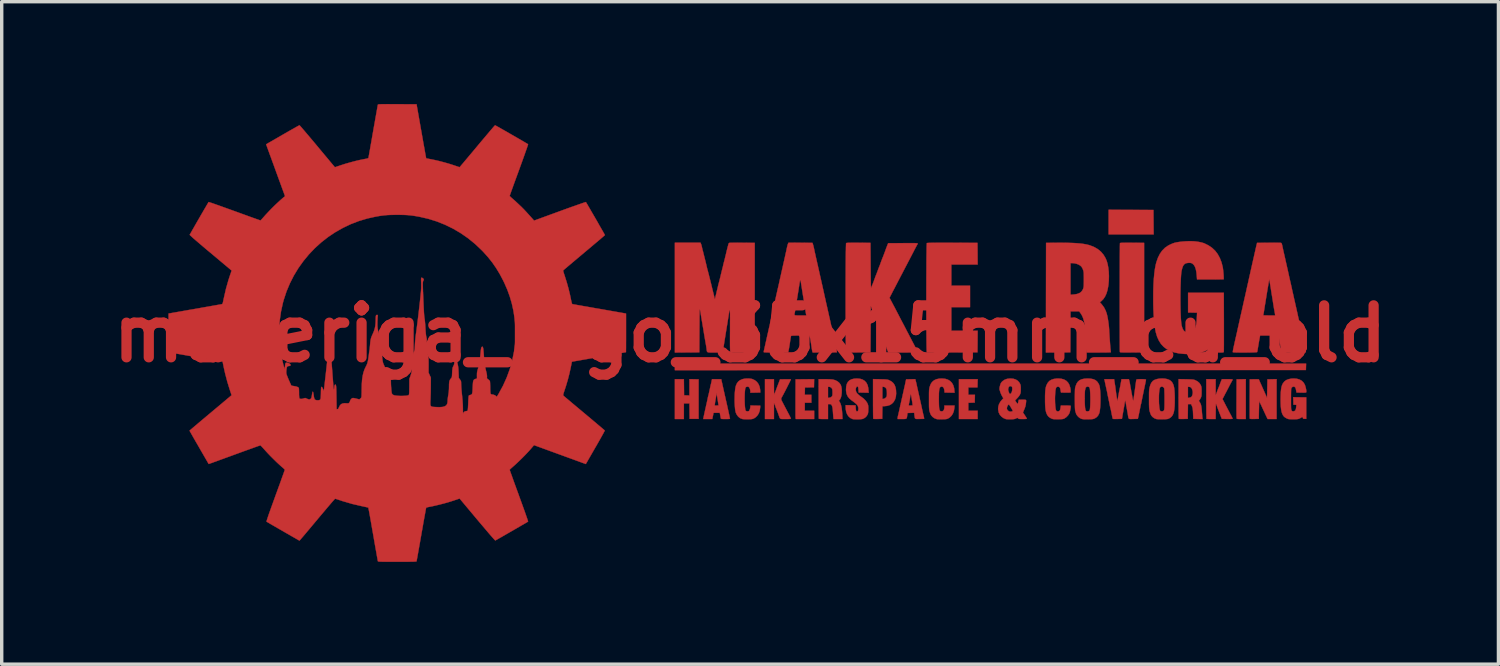
<source format=kicad_pcb>
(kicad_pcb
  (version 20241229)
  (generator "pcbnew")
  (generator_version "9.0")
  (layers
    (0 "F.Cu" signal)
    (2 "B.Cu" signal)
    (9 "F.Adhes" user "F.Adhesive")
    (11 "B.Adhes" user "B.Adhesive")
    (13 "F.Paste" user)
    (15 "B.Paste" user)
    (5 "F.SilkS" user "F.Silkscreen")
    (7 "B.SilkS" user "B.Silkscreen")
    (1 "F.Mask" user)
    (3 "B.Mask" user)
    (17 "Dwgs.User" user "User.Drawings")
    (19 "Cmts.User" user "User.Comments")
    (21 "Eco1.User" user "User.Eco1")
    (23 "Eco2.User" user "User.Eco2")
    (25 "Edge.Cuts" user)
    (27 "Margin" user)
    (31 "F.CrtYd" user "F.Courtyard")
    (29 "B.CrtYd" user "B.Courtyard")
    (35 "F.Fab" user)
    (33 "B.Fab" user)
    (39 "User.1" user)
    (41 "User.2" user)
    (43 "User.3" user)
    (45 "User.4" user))
  (footprint "makeriga_logo_35x15mm_cu_old"
    (layer "F.Cu")
    (at 18.948 6.74)
    (property "Reference" "makeriga_logo_35x15mm_cu_old" (at 0 0 0) (layer "F.Cu") (effects (font (size 1.524 1.524) (thickness 0.3))))
    (attr through_hole)
    (fp_poly (pts (xy 16.302 1.062) (xy 7.048 1.064) (xy -2.205 1.067) (xy -2.205 0.874) (xy 16.308 0.874) (xy 16.302 1.062)) (stroke (width 0.01) (type solid)) (fill yes) (layer "F.Cu"))
    (fp_poly (pts (xy 11.173 -3.635) (xy 11.831 -3.632) (xy 11.834 -3.274) (xy 11.837 -2.916) (xy 10.516 -2.916) (xy 10.516 -3.637) (xy 11.173 -3.635)) (stroke (width 0.01) (type solid)) (fill yes) (layer "F.Cu"))
    (fp_poly (pts (xy 6.67 1.57) (xy 6.401 1.57) (xy 6.401 1.788) (xy 6.595 1.788) (xy 6.592 1.902) (xy 6.589 2.017) (xy 6.401 2.023) (xy 6.401 2.256) (xy 6.675 2.256) (xy 6.675 2.499) (xy 6.126 2.499) (xy 6.126 1.331) (xy 6.676 1.331) (xy 6.67 1.57)) (stroke (width 0.01) (type solid)) (fill yes) (layer "F.Cu"))
    (fp_poly (pts (xy -1.509 1.336) (xy -1.509 2.494) (xy -1.773 2.494) (xy -1.776 2.268) (xy -1.778 2.042) (xy -1.941 2.042) (xy -1.941 2.499) (xy -2.205 2.499) (xy -2.205 1.331) (xy -1.941 1.331) (xy -1.938 1.567) (xy -1.935 1.803) (xy -1.778 1.809) (xy -1.778 1.33) (xy -1.509 1.336)) (stroke (width 0.01) (type solid)) (fill yes) (layer "F.Cu"))
    (fp_poly (pts (xy 14.539 2.499) (xy 14.407 2.499) (xy 14.353 2.499) (xy 14.316 2.498) (xy 14.293 2.496) (xy 14.28 2.493) (xy 14.273 2.486) (xy 14.27 2.477) (xy 14.27 2.477) (xy 14.269 2.462) (xy 14.268 2.43) (xy 14.267 2.381) (xy 14.267 2.317) (xy 14.266 2.241) (xy 14.266 2.154) (xy 14.266 2.059) (xy 14.267 1.956) (xy 14.267 1.895) (xy 14.27 1.336) (xy 14.539 1.33) (xy 14.539 2.499)) (stroke (width 0.01) (type solid)) (fill yes) (layer "F.Cu"))
    (fp_poly (pts (xy 1.877 1.45) (xy 1.875 1.57) (xy 1.742 1.571) (xy 1.61 1.573) (xy 1.607 1.681) (xy 1.605 1.788) (xy 1.798 1.788) (xy 1.798 2.022) (xy 1.605 2.022) (xy 1.605 2.256) (xy 1.88 2.256) (xy 1.88 2.499) (xy 1.342 2.499) (xy 1.336 2.477) (xy 1.335 2.462) (xy 1.334 2.43) (xy 1.333 2.381) (xy 1.333 2.317) (xy 1.333 2.241) (xy 1.333 2.154) (xy 1.333 2.059) (xy 1.333 1.956) (xy 1.333 1.895) (xy 1.336 1.336) (xy 1.608 1.333) (xy 1.88 1.331) (xy 1.877 1.45)) (stroke (width 0.01) (type solid)) (fill yes) (layer "F.Cu"))
    (fp_poly (pts (xy 11.148 -2.67) (xy 11.207 -2.67) (xy 11.557 -2.667) (xy 11.557 0.544) (xy 11.205 0.546) (xy 11.11 0.547) (xy 11.034 0.547) (xy 10.974 0.547) (xy 10.929 0.546) (xy 10.896 0.545) (xy 10.873 0.543) (xy 10.858 0.541) (xy 10.85 0.537) (xy 10.847 0.533) (xy 10.847 0.533) (xy 10.846 0.52) (xy 10.845 0.489) (xy 10.844 0.44) (xy 10.844 0.375) (xy 10.843 0.295) (xy 10.843 0.202) (xy 10.842 0.096) (xy 10.842 -0.021) (xy 10.842 -0.147) (xy 10.841 -0.282) (xy 10.841 -0.424) (xy 10.841 -0.571) (xy 10.841 -0.722) (xy 10.841 -0.877) (xy 10.841 -1.033) (xy 10.841 -1.189) (xy 10.841 -1.344) (xy 10.842 -1.497) (xy 10.842 -1.646) (xy 10.842 -1.79) (xy 10.843 -1.927) (xy 10.843 -2.057) (xy 10.844 -2.178) (xy 10.844 -2.288) (xy 10.845 -2.387) (xy 10.846 -2.472) (xy 10.846 -2.543) (xy 10.847 -2.599) (xy 10.848 -2.637) (xy 10.849 -2.657) (xy 10.849 -2.66) (xy 10.856 -2.663) (xy 10.872 -2.666) (xy 10.898 -2.668) (xy 10.937 -2.669) (xy 10.991 -2.67) (xy 11.061 -2.67) (xy 11.148 -2.67)) (stroke (width 0.01) (type solid)) (fill yes) (layer "F.Cu"))
    (fp_poly (pts (xy 3.818 1.333) (xy 3.889 1.335) (xy 3.943 1.336) (xy 3.984 1.339) (xy 4.014 1.342) (xy 4.037 1.346) (xy 4.057 1.352) (xy 4.076 1.36) (xy 4.086 1.364) (xy 4.153 1.402) (xy 4.205 1.449) (xy 4.242 1.505) (xy 4.267 1.575) (xy 4.28 1.646) (xy 4.285 1.751) (xy 4.276 1.845) (xy 4.252 1.926) (xy 4.213 1.995) (xy 4.161 2.05) (xy 4.096 2.09) (xy 4.019 2.114) (xy 3.93 2.123) (xy 3.882 2.123) (xy 3.876 2.494) (xy 3.748 2.497) (xy 3.699 2.498) (xy 3.658 2.497) (xy 3.628 2.496) (xy 3.614 2.493) (xy 3.614 2.493) (xy 3.613 2.482) (xy 3.611 2.452) (xy 3.61 2.406) (xy 3.609 2.345) (xy 3.608 2.27) (xy 3.608 2.185) (xy 3.607 2.09) (xy 3.607 1.988) (xy 3.607 1.907) (xy 3.607 1.554) (xy 3.881 1.554) (xy 3.881 1.913) (xy 3.919 1.907) (xy 3.96 1.891) (xy 3.985 1.868) (xy 3.998 1.851) (xy 4.007 1.834) (xy 4.011 1.812) (xy 4.013 1.78) (xy 4.013 1.74) (xy 4.011 1.679) (xy 4.004 1.634) (xy 3.99 1.601) (xy 3.969 1.577) (xy 3.96 1.57) (xy 3.932 1.558) (xy 3.909 1.554) (xy 3.881 1.554) (xy 3.607 1.554) (xy 3.607 1.329) (xy 3.818 1.333)) (stroke (width 0.01) (type solid)) (fill yes) (layer "F.Cu"))
    (fp_poly (pts (xy 5.8 -2.67) (xy 5.935 -2.67) (xy 6.67 -2.667) (xy 6.673 -2.349) (xy 6.675 -2.032) (xy 5.903 -2.032) (xy 5.903 -1.412) (xy 6.452 -1.412) (xy 6.452 -0.782) (xy 5.903 -0.782) (xy 5.903 -0.091) (xy 6.675 -0.091) (xy 6.673 0.226) (xy 6.67 0.544) (xy 5.933 0.546) (xy 5.785 0.547) (xy 5.656 0.547) (xy 5.546 0.547) (xy 5.452 0.546) (xy 5.375 0.546) (xy 5.312 0.545) (xy 5.263 0.544) (xy 5.227 0.542) (xy 5.202 0.541) (xy 5.188 0.538) (xy 5.184 0.537) (xy 5.182 0.525) (xy 5.18 0.494) (xy 5.179 0.445) (xy 5.177 0.381) (xy 5.176 0.301) (xy 5.175 0.208) (xy 5.174 0.102) (xy 5.173 -0.014) (xy 5.172 -0.141) (xy 5.171 -0.275) (xy 5.171 -0.417) (xy 5.17 -0.564) (xy 5.17 -0.715) (xy 5.17 -0.87) (xy 5.17 -1.026) (xy 5.17 -1.182) (xy 5.17 -1.338) (xy 5.171 -1.491) (xy 5.171 -1.64) (xy 5.172 -1.784) (xy 5.173 -1.922) (xy 5.173 -2.052) (xy 5.174 -2.174) (xy 5.175 -2.284) (xy 5.177 -2.384) (xy 5.178 -2.47) (xy 5.179 -2.542) (xy 5.181 -2.598) (xy 5.183 -2.637) (xy 5.184 -2.658) (xy 5.185 -2.661) (xy 5.194 -2.663) (xy 5.216 -2.665) (xy 5.252 -2.667) (xy 5.302 -2.668) (xy 5.368 -2.669) (xy 5.449 -2.67) (xy 5.548 -2.67) (xy 5.664 -2.67) (xy 5.8 -2.67)) (stroke (width 0.01) (type solid)) (fill yes) (layer "F.Cu"))
    (fp_poly (pts (xy 15.443 2.499) (xy 15.179 2.499) (xy 15.137 2.41) (xy 15.115 2.364) (xy 15.093 2.316) (xy 15.075 2.276) (xy 15.07 2.266) (xy 15.055 2.234) (xy 15.034 2.19) (xy 15.011 2.139) (xy 14.99 2.094) (xy 14.969 2.05) (xy 14.951 2.011) (xy 14.939 1.982) (xy 14.933 1.968) (xy 14.933 1.967) (xy 14.932 1.974) (xy 14.931 1.998) (xy 14.93 2.038) (xy 14.928 2.091) (xy 14.927 2.154) (xy 14.925 2.224) (xy 14.925 2.225) (xy 14.92 2.494) (xy 14.79 2.497) (xy 14.733 2.498) (xy 14.693 2.497) (xy 14.669 2.494) (xy 14.657 2.489) (xy 14.655 2.487) (xy 14.655 2.475) (xy 14.654 2.444) (xy 14.653 2.397) (xy 14.653 2.334) (xy 14.653 2.26) (xy 14.653 2.174) (xy 14.653 2.079) (xy 14.653 1.977) (xy 14.653 1.905) (xy 14.656 1.336) (xy 14.79 1.333) (xy 14.843 1.333) (xy 14.886 1.334) (xy 14.914 1.336) (xy 14.925 1.339) (xy 14.925 1.34) (xy 14.929 1.353) (xy 14.94 1.379) (xy 14.955 1.415) (xy 14.966 1.439) (xy 14.985 1.48) (xy 15.001 1.516) (xy 15.013 1.542) (xy 15.016 1.549) (xy 15.025 1.571) (xy 15.039 1.601) (xy 15.045 1.615) (xy 15.062 1.653) (xy 15.081 1.696) (xy 15.088 1.712) (xy 15.106 1.753) (xy 15.126 1.797) (xy 15.134 1.816) (xy 15.148 1.848) (xy 15.158 1.872) (xy 15.161 1.882) (xy 15.162 1.876) (xy 15.163 1.852) (xy 15.164 1.812) (xy 15.166 1.759) (xy 15.167 1.696) (xy 15.168 1.625) (xy 15.169 1.615) (xy 15.174 1.336) (xy 15.443 1.33) (xy 15.443 2.499)) (stroke (width 0.01) (type solid)) (fill yes) (layer "F.Cu"))
    (fp_poly (pts (xy 2.256 1.332) (xy 2.317 1.333) (xy 2.369 1.336) (xy 2.41 1.339) (xy 2.429 1.341) (xy 2.503 1.363) (xy 2.568 1.397) (xy 2.62 1.442) (xy 2.658 1.496) (xy 2.672 1.532) (xy 2.685 1.595) (xy 2.69 1.665) (xy 2.688 1.737) (xy 2.68 1.805) (xy 2.665 1.866) (xy 2.644 1.914) (xy 2.633 1.929) (xy 2.604 1.965) (xy 2.634 2.009) (xy 2.654 2.05) (xy 2.672 2.109) (xy 2.687 2.184) (xy 2.698 2.271) (xy 2.705 2.369) (xy 2.706 2.38) (xy 2.711 2.499) (xy 2.45 2.499) (xy 2.444 2.456) (xy 2.441 2.429) (xy 2.438 2.388) (xy 2.434 2.337) (xy 2.43 2.283) (xy 2.43 2.281) (xy 2.425 2.219) (xy 2.419 2.174) (xy 2.412 2.14) (xy 2.403 2.114) (xy 2.399 2.105) (xy 2.384 2.079) (xy 2.37 2.067) (xy 2.349 2.063) (xy 2.332 2.062) (xy 2.286 2.062) (xy 2.286 2.499) (xy 2.156 2.499) (xy 2.106 2.499) (xy 2.064 2.497) (xy 2.034 2.495) (xy 2.019 2.493) (xy 2.018 2.493) (xy 2.017 2.481) (xy 2.016 2.452) (xy 2.015 2.406) (xy 2.014 2.344) (xy 2.013 2.27) (xy 2.013 2.185) (xy 2.012 2.091) (xy 2.012 1.989) (xy 2.012 1.908) (xy 2.012 1.88) (xy 2.286 1.88) (xy 2.329 1.874) (xy 2.371 1.861) (xy 2.395 1.842) (xy 2.406 1.828) (xy 2.413 1.811) (xy 2.417 1.786) (xy 2.418 1.749) (xy 2.418 1.726) (xy 2.417 1.682) (xy 2.414 1.644) (xy 2.409 1.618) (xy 2.407 1.612) (xy 2.379 1.578) (xy 2.342 1.558) (xy 2.319 1.555) (xy 2.286 1.554) (xy 2.286 1.88) (xy 2.012 1.88) (xy 2.012 1.331) (xy 2.193 1.331) (xy 2.256 1.332)) (stroke (width 0.01) (type solid)) (fill yes) (layer "F.Cu"))
    (fp_poly (pts (xy -0.027 1.312) (xy 0.032 1.319) (xy 0.067 1.327) (xy 0.141 1.362) (xy 0.202 1.412) (xy 0.248 1.475) (xy 0.28 1.551) (xy 0.296 1.639) (xy 0.297 1.659) (xy 0.3 1.722) (xy 0.155 1.725) (xy 0.01 1.728) (xy 0.01 1.694) (xy 0.006 1.652) (xy -0.006 1.611) (xy -0.023 1.577) (xy -0.043 1.556) (xy -0.048 1.554) (xy -0.084 1.549) (xy -0.116 1.561) (xy -0.132 1.578) (xy -0.14 1.602) (xy -0.147 1.643) (xy -0.152 1.697) (xy -0.156 1.76) (xy -0.158 1.831) (xy -0.159 1.905) (xy -0.158 1.98) (xy -0.156 2.052) (xy -0.152 2.118) (xy -0.146 2.175) (xy -0.14 2.219) (xy -0.131 2.248) (xy -0.127 2.256) (xy -0.101 2.271) (xy -0.069 2.275) (xy -0.039 2.267) (xy -0.028 2.258) (xy -0.013 2.232) (xy -0.000119 2.195) (xy 0.008 2.155) (xy 0.01 2.131) (xy 0.01 2.103) (xy 0.3 2.108) (xy 0.296 2.169) (xy 0.283 2.256) (xy 0.255 2.334) (xy 0.212 2.401) (xy 0.157 2.454) (xy 0.116 2.479) (xy 0.092 2.49) (xy 0.069 2.497) (xy 0.042 2.502) (xy 0.005 2.505) (xy -0.047 2.506) (xy -0.061 2.506) (xy -0.114 2.506) (xy -0.162 2.505) (xy -0.202 2.502) (xy -0.226 2.499) (xy -0.292 2.473) (xy -0.347 2.429) (xy -0.392 2.368) (xy -0.416 2.317) (xy -0.428 2.274) (xy -0.438 2.214) (xy -0.445 2.141) (xy -0.45 2.058) (xy -0.453 1.97) (xy -0.452 1.88) (xy -0.45 1.791) (xy -0.445 1.707) (xy -0.437 1.632) (xy -0.427 1.569) (xy -0.416 1.524) (xy -0.386 1.455) (xy -0.348 1.403) (xy -0.3 1.364) (xy -0.236 1.335) (xy -0.212 1.327) (xy -0.157 1.316) (xy -0.093 1.311) (xy -0.027 1.312)) (stroke (width 0.01) (type solid)) (fill yes) (layer "F.Cu"))
    (fp_poly (pts (xy 0.701 1.562) (xy 0.702 1.641) (xy 0.703 1.702) (xy 0.705 1.746) (xy 0.708 1.772) (xy 0.711 1.778) (xy 0.711 1.777) (xy 0.718 1.761) (xy 0.73 1.731) (xy 0.745 1.691) (xy 0.757 1.66) (xy 0.772 1.617) (xy 0.786 1.58) (xy 0.796 1.554) (xy 0.799 1.544) (xy 0.806 1.529) (xy 0.817 1.499) (xy 0.832 1.46) (xy 0.843 1.433) (xy 0.879 1.336) (xy 1.039 1.333) (xy 1.093 1.333) (xy 1.14 1.333) (xy 1.175 1.334) (xy 1.195 1.335) (xy 1.199 1.336) (xy 1.194 1.347) (xy 1.182 1.374) (xy 1.163 1.412) (xy 1.139 1.46) (xy 1.111 1.515) (xy 1.082 1.574) (xy 1.051 1.634) (xy 1.021 1.692) (xy 0.993 1.745) (xy 0.969 1.791) (xy 0.95 1.826) (xy 0.938 1.849) (xy 0.934 1.855) (xy 0.916 1.886) (xy 0.913 1.918) (xy 0.925 1.956) (xy 0.934 1.973) (xy 0.949 2.002) (xy 0.971 2.044) (xy 0.997 2.094) (xy 1.024 2.146) (xy 1.031 2.159) (xy 1.061 2.216) (xy 1.093 2.277) (xy 1.123 2.334) (xy 1.148 2.381) (xy 1.149 2.384) (xy 1.17 2.424) (xy 1.186 2.458) (xy 1.197 2.481) (xy 1.199 2.488) (xy 1.189 2.493) (xy 1.158 2.497) (xy 1.108 2.499) (xy 1.043 2.499) (xy 0.982 2.499) (xy 0.939 2.499) (xy 0.909 2.496) (xy 0.889 2.489) (xy 0.875 2.476) (xy 0.865 2.457) (xy 0.856 2.429) (xy 0.85 2.413) (xy 0.834 2.367) (xy 0.815 2.315) (xy 0.795 2.264) (xy 0.778 2.218) (xy 0.763 2.183) (xy 0.757 2.168) (xy 0.746 2.143) (xy 0.742 2.126) (xy 0.742 2.126) (xy 0.738 2.111) (xy 0.728 2.085) (xy 0.722 2.071) (xy 0.701 2.027) (xy 0.701 2.499) (xy 0.437 2.499) (xy 0.437 1.331) (xy 0.701 1.331) (xy 0.701 1.562)) (stroke (width 0.01) (type solid)) (fill yes) (layer "F.Cu"))
    (fp_poly (pts (xy 5.719 1.319) (xy 5.799 1.343) (xy 5.866 1.383) (xy 5.92 1.438) (xy 5.959 1.507) (xy 5.984 1.59) (xy 5.991 1.647) (xy 5.997 1.728) (xy 5.705 1.722) (xy 5.7 1.666) (xy 5.69 1.612) (xy 5.671 1.574) (xy 5.644 1.552) (xy 5.611 1.549) (xy 5.595 1.554) (xy 5.579 1.563) (xy 5.566 1.579) (xy 5.556 1.603) (xy 5.548 1.637) (xy 5.543 1.684) (xy 5.539 1.745) (xy 5.538 1.823) (xy 5.537 1.915) (xy 5.538 2.011) (xy 5.54 2.088) (xy 5.543 2.149) (xy 5.548 2.195) (xy 5.556 2.229) (xy 5.566 2.251) (xy 5.579 2.265) (xy 5.593 2.272) (xy 5.634 2.274) (xy 5.665 2.258) (xy 5.687 2.226) (xy 5.698 2.178) (xy 5.7 2.149) (xy 5.7 2.103) (xy 5.997 2.103) (xy 5.992 2.177) (xy 5.977 2.264) (xy 5.948 2.341) (xy 5.905 2.406) (xy 5.851 2.457) (xy 5.815 2.479) (xy 5.793 2.49) (xy 5.77 2.497) (xy 5.744 2.502) (xy 5.708 2.504) (xy 5.659 2.506) (xy 5.634 2.506) (xy 5.581 2.507) (xy 5.533 2.506) (xy 5.495 2.504) (xy 5.472 2.501) (xy 5.471 2.5) (xy 5.407 2.475) (xy 5.352 2.436) (xy 5.309 2.386) (xy 5.3 2.369) (xy 5.289 2.344) (xy 5.276 2.309) (xy 5.267 2.281) (xy 5.261 2.261) (xy 5.257 2.24) (xy 5.254 2.214) (xy 5.251 2.181) (xy 5.249 2.139) (xy 5.248 2.084) (xy 5.248 2.015) (xy 5.248 1.928) (xy 5.248 1.92) (xy 5.248 1.832) (xy 5.248 1.761) (xy 5.249 1.706) (xy 5.251 1.663) (xy 5.253 1.629) (xy 5.257 1.603) (xy 5.261 1.581) (xy 5.266 1.561) (xy 5.267 1.56) (xy 5.285 1.507) (xy 5.303 1.467) (xy 5.324 1.434) (xy 5.346 1.407) (xy 5.398 1.363) (xy 5.465 1.332) (xy 5.548 1.315) (xy 5.627 1.311) (xy 5.719 1.319)) (stroke (width 0.01) (type solid)) (fill yes) (layer "F.Cu"))
    (fp_poly (pts (xy 12.784 1.333) (xy 12.857 1.335) (xy 12.913 1.337) (xy 12.956 1.339) (xy 12.988 1.342) (xy 13.013 1.346) (xy 13.035 1.352) (xy 13.056 1.36) (xy 13.058 1.361) (xy 13.129 1.399) (xy 13.183 1.448) (xy 13.219 1.506) (xy 13.229 1.531) (xy 13.236 1.555) (xy 13.24 1.583) (xy 13.242 1.62) (xy 13.243 1.672) (xy 13.243 1.692) (xy 13.243 1.748) (xy 13.241 1.79) (xy 13.238 1.821) (xy 13.232 1.845) (xy 13.223 1.869) (xy 13.22 1.876) (xy 13.203 1.909) (xy 13.186 1.936) (xy 13.177 1.946) (xy 13.165 1.958) (xy 13.165 1.969) (xy 13.175 1.987) (xy 13.181 1.995) (xy 13.204 2.03) (xy 13.221 2.07) (xy 13.233 2.119) (xy 13.242 2.18) (xy 13.249 2.248) (xy 13.253 2.305) (xy 13.258 2.36) (xy 13.262 2.407) (xy 13.265 2.441) (xy 13.265 2.441) (xy 13.272 2.5) (xy 13.136 2.497) (xy 13 2.494) (xy 12.993 2.336) (xy 12.99 2.273) (xy 12.986 2.226) (xy 12.982 2.191) (xy 12.976 2.163) (xy 12.968 2.138) (xy 12.96 2.12) (xy 12.935 2.062) (xy 12.843 2.062) (xy 12.837 2.494) (xy 12.71 2.497) (xy 12.661 2.498) (xy 12.619 2.497) (xy 12.589 2.496) (xy 12.575 2.493) (xy 12.575 2.493) (xy 12.574 2.482) (xy 12.572 2.452) (xy 12.571 2.406) (xy 12.57 2.345) (xy 12.569 2.27) (xy 12.569 2.185) (xy 12.568 2.09) (xy 12.568 1.988) (xy 12.568 1.907) (xy 12.568 1.554) (xy 12.842 1.554) (xy 12.842 1.881) (xy 12.88 1.874) (xy 12.912 1.866) (xy 12.938 1.855) (xy 12.94 1.854) (xy 12.956 1.834) (xy 12.971 1.801) (xy 12.981 1.76) (xy 12.984 1.719) (xy 12.982 1.692) (xy 12.974 1.657) (xy 12.969 1.639) (xy 12.949 1.593) (xy 12.919 1.565) (xy 12.88 1.555) (xy 12.873 1.554) (xy 12.842 1.554) (xy 12.568 1.554) (xy 12.568 1.329) (xy 12.784 1.333)) (stroke (width 0.01) (type solid)) (fill yes) (layer "F.Cu"))
    (fp_poly (pts (xy 3.226 1.319) (xy 3.301 1.342) (xy 3.363 1.381) (xy 3.412 1.435) (xy 3.447 1.504) (xy 3.467 1.587) (xy 3.472 1.638) (xy 3.478 1.728) (xy 3.331 1.725) (xy 3.185 1.722) (xy 3.18 1.646) (xy 3.177 1.607) (xy 3.172 1.576) (xy 3.167 1.558) (xy 3.167 1.557) (xy 3.151 1.544) (xy 3.133 1.548) (xy 3.117 1.565) (xy 3.104 1.593) (xy 3.099 1.629) (xy 3.099 1.633) (xy 3.104 1.677) (xy 3.119 1.717) (xy 3.148 1.756) (xy 3.191 1.796) (xy 3.25 1.841) (xy 3.271 1.855) (xy 3.334 1.903) (xy 3.388 1.959) (xy 3.429 2.015) (xy 3.442 2.039) (xy 3.454 2.068) (xy 3.462 2.094) (xy 3.466 2.122) (xy 3.468 2.16) (xy 3.468 2.21) (xy 3.466 2.266) (xy 3.463 2.308) (xy 3.457 2.34) (xy 3.447 2.368) (xy 3.446 2.368) (xy 3.414 2.419) (xy 3.369 2.462) (xy 3.316 2.491) (xy 3.29 2.499) (xy 3.257 2.503) (xy 3.211 2.507) (xy 3.159 2.508) (xy 3.106 2.508) (xy 3.059 2.506) (xy 3.022 2.503) (xy 3.007 2.5) (xy 2.943 2.47) (xy 2.89 2.425) (xy 2.849 2.365) (xy 2.82 2.292) (xy 2.806 2.209) (xy 2.804 2.166) (xy 2.804 2.092) (xy 3.094 2.098) (xy 3.099 2.174) (xy 3.103 2.222) (xy 3.109 2.252) (xy 3.118 2.269) (xy 3.131 2.275) (xy 3.138 2.276) (xy 3.159 2.267) (xy 3.172 2.243) (xy 3.178 2.209) (xy 3.176 2.169) (xy 3.165 2.128) (xy 3.16 2.117) (xy 3.15 2.098) (xy 3.137 2.079) (xy 3.116 2.059) (xy 3.088 2.034) (xy 3.048 2.003) (xy 2.994 1.963) (xy 2.973 1.948) (xy 2.907 1.891) (xy 2.86 1.829) (xy 2.83 1.759) (xy 2.816 1.678) (xy 2.814 1.634) (xy 2.82 1.544) (xy 2.839 1.469) (xy 2.871 1.41) (xy 2.917 1.365) (xy 2.977 1.334) (xy 3.053 1.316) (xy 3.137 1.311) (xy 3.226 1.319)) (stroke (width 0.01) (type solid)) (fill yes) (layer "F.Cu"))
    (fp_poly (pts (xy 13.656 1.567) (xy 13.656 1.803) (xy 13.691 1.707) (xy 13.707 1.664) (xy 13.722 1.626) (xy 13.732 1.599) (xy 13.736 1.59) (xy 13.744 1.571) (xy 13.757 1.539) (xy 13.772 1.5) (xy 13.776 1.488) (xy 13.792 1.445) (xy 13.808 1.404) (xy 13.82 1.374) (xy 13.822 1.369) (xy 13.838 1.331) (xy 13.996 1.331) (xy 14.058 1.331) (xy 14.103 1.333) (xy 14.132 1.335) (xy 14.148 1.339) (xy 14.153 1.344) (xy 14.153 1.344) (xy 14.147 1.364) (xy 14.144 1.367) (xy 14.137 1.379) (xy 14.122 1.406) (xy 14.101 1.444) (xy 14.076 1.491) (xy 14.056 1.529) (xy 14.024 1.592) (xy 13.989 1.659) (xy 13.955 1.724) (xy 13.925 1.78) (xy 13.917 1.797) (xy 13.856 1.913) (xy 13.904 2.005) (xy 13.936 2.068) (xy 13.972 2.137) (xy 14.01 2.209) (xy 14.046 2.278) (xy 14.079 2.341) (xy 14.107 2.393) (xy 14.119 2.416) (xy 14.136 2.449) (xy 14.148 2.475) (xy 14.153 2.489) (xy 14.153 2.49) (xy 14.143 2.494) (xy 14.114 2.496) (xy 14.067 2.498) (xy 14.004 2.497) (xy 13.994 2.497) (xy 13.836 2.494) (xy 13.81 2.428) (xy 13.796 2.392) (xy 13.783 2.36) (xy 13.776 2.342) (xy 13.764 2.312) (xy 13.748 2.269) (xy 13.729 2.219) (xy 13.71 2.168) (xy 13.693 2.122) (xy 13.68 2.086) (xy 13.677 2.078) (xy 13.672 2.062) (xy 13.668 2.053) (xy 13.664 2.051) (xy 13.662 2.061) (xy 13.661 2.082) (xy 13.659 2.117) (xy 13.659 2.167) (xy 13.658 2.236) (xy 13.657 2.263) (xy 13.655 2.499) (xy 13.524 2.499) (xy 13.475 2.499) (xy 13.433 2.497) (xy 13.403 2.495) (xy 13.388 2.493) (xy 13.387 2.493) (xy 13.386 2.481) (xy 13.385 2.452) (xy 13.384 2.406) (xy 13.383 2.344) (xy 13.382 2.27) (xy 13.382 2.185) (xy 13.381 2.091) (xy 13.381 1.989) (xy 13.381 1.908) (xy 13.381 1.331) (xy 13.655 1.331) (xy 13.656 1.567)) (stroke (width 0.01) (type solid)) (fill yes) (layer "F.Cu"))
    (fp_poly (pts (xy 9.128 1.318) (xy 9.208 1.34) (xy 9.274 1.378) (xy 9.326 1.43) (xy 9.365 1.497) (xy 9.39 1.579) (xy 9.398 1.625) (xy 9.401 1.665) (xy 9.403 1.697) (xy 9.401 1.717) (xy 9.4 1.719) (xy 9.387 1.722) (xy 9.358 1.724) (xy 9.317 1.725) (xy 9.267 1.725) (xy 9.255 1.725) (xy 9.119 1.722) (xy 9.107 1.653) (xy 9.097 1.604) (xy 9.082 1.573) (xy 9.062 1.556) (xy 9.034 1.551) (xy 9.032 1.551) (xy 9.01 1.553) (xy 8.992 1.562) (xy 8.978 1.578) (xy 8.968 1.605) (xy 8.959 1.645) (xy 8.953 1.699) (xy 8.948 1.77) (xy 8.945 1.822) (xy 8.943 1.888) (xy 8.944 1.958) (xy 8.946 2.029) (xy 8.95 2.095) (xy 8.956 2.155) (xy 8.963 2.204) (xy 8.971 2.239) (xy 8.977 2.252) (xy 8.998 2.271) (xy 9.025 2.276) (xy 9.056 2.271) (xy 9.078 2.258) (xy 9.093 2.231) (xy 9.103 2.188) (xy 9.105 2.175) (xy 9.116 2.103) (xy 9.256 2.103) (xy 9.308 2.104) (xy 9.352 2.105) (xy 9.384 2.108) (xy 9.401 2.111) (xy 9.402 2.112) (xy 9.405 2.13) (xy 9.403 2.161) (xy 9.397 2.202) (xy 9.389 2.245) (xy 9.379 2.287) (xy 9.368 2.322) (xy 9.364 2.331) (xy 9.327 2.391) (xy 9.276 2.444) (xy 9.22 2.482) (xy 9.2 2.491) (xy 9.176 2.498) (xy 9.145 2.502) (xy 9.103 2.504) (xy 9.047 2.506) (xy 8.994 2.506) (xy 8.944 2.505) (xy 8.904 2.503) (xy 8.878 2.499) (xy 8.877 2.499) (xy 8.836 2.484) (xy 8.794 2.46) (xy 8.758 2.433) (xy 8.747 2.422) (xy 8.72 2.386) (xy 8.699 2.345) (xy 8.682 2.298) (xy 8.669 2.242) (xy 8.661 2.174) (xy 8.655 2.093) (xy 8.652 1.995) (xy 8.652 1.92) (xy 8.652 1.819) (xy 8.655 1.734) (xy 8.66 1.665) (xy 8.667 1.607) (xy 8.677 1.558) (xy 8.691 1.515) (xy 8.71 1.475) (xy 8.733 1.435) (xy 8.736 1.431) (xy 8.778 1.384) (xy 8.836 1.348) (xy 8.908 1.324) (xy 8.993 1.312) (xy 9.034 1.311) (xy 9.128 1.318)) (stroke (width 0.01) (type solid)) (fill yes) (layer "F.Cu"))
    (fp_poly (pts (xy 4.86 1.384) (xy 4.871 1.427) (xy 4.882 1.472) (xy 4.885 1.488) (xy 4.892 1.522) (xy 4.902 1.567) (xy 4.913 1.616) (xy 4.918 1.636) (xy 4.93 1.691) (xy 4.944 1.752) (xy 4.956 1.807) (xy 4.959 1.819) (xy 4.971 1.873) (xy 4.984 1.935) (xy 4.997 1.99) (xy 4.997 1.991) (xy 5.007 2.034) (xy 5.019 2.09) (xy 5.033 2.153) (xy 5.046 2.215) (xy 5.049 2.225) (xy 5.061 2.28) (xy 5.072 2.331) (xy 5.082 2.373) (xy 5.089 2.402) (xy 5.091 2.408) (xy 5.098 2.44) (xy 5.103 2.468) (xy 5.103 2.469) (xy 5.105 2.494) (xy 4.976 2.497) (xy 4.92 2.498) (xy 4.88 2.498) (xy 4.855 2.492) (xy 4.839 2.48) (xy 4.831 2.458) (xy 4.826 2.424) (xy 4.821 2.385) (xy 4.814 2.316) (xy 4.618 2.322) (xy 4.61 2.385) (xy 4.604 2.43) (xy 4.598 2.462) (xy 4.588 2.482) (xy 4.57 2.493) (xy 4.541 2.498) (xy 4.498 2.499) (xy 4.455 2.499) (xy 4.328 2.499) (xy 4.328 2.471) (xy 4.331 2.443) (xy 4.338 2.409) (xy 4.339 2.403) (xy 4.347 2.374) (xy 4.356 2.332) (xy 4.367 2.287) (xy 4.369 2.276) (xy 4.38 2.224) (xy 4.394 2.163) (xy 4.407 2.105) (xy 4.407 2.103) (xy 4.653 2.103) (xy 4.707 2.103) (xy 4.739 2.102) (xy 4.76 2.1) (xy 4.767 2.098) (xy 4.767 2.087) (xy 4.765 2.06) (xy 4.76 2.024) (xy 4.759 2.014) (xy 4.75 1.963) (xy 4.741 1.908) (xy 4.734 1.864) (xy 4.725 1.815) (xy 4.718 1.785) (xy 4.712 1.775) (xy 4.707 1.785) (xy 4.701 1.814) (xy 4.695 1.855) (xy 4.689 1.902) (xy 4.682 1.944) (xy 4.676 1.976) (xy 4.674 1.986) (xy 4.667 2.017) (xy 4.66 2.053) (xy 4.659 2.06) (xy 4.653 2.103) (xy 4.407 2.103) (xy 4.41 2.093) (xy 4.421 2.042) (xy 4.432 1.991) (xy 4.442 1.948) (xy 4.445 1.935) (xy 4.453 1.897) (xy 4.465 1.848) (xy 4.476 1.796) (xy 4.48 1.778) (xy 4.515 1.622) (xy 4.546 1.484) (xy 4.559 1.422) (xy 4.577 1.336) (xy 4.711 1.333) (xy 4.845 1.33) (xy 4.86 1.384)) (stroke (width 0.01) (type solid)) (fill yes) (layer "F.Cu"))
    (fp_poly (pts (xy 16.036 1.318) (xy 16.115 1.341) (xy 16.181 1.378) (xy 16.233 1.43) (xy 16.269 1.49) (xy 16.283 1.528) (xy 16.295 1.573) (xy 16.306 1.619) (xy 16.313 1.662) (xy 16.315 1.696) (xy 16.313 1.713) (xy 16.308 1.719) (xy 16.295 1.723) (xy 16.272 1.725) (xy 16.235 1.726) (xy 16.182 1.725) (xy 16.167 1.725) (xy 16.027 1.722) (xy 16.02 1.684) (xy 16.012 1.646) (xy 16.005 1.608) (xy 16.005 1.608) (xy 15.99 1.573) (xy 15.965 1.553) (xy 15.935 1.548) (xy 15.904 1.56) (xy 15.882 1.583) (xy 15.877 1.592) (xy 15.873 1.605) (xy 15.87 1.624) (xy 15.868 1.65) (xy 15.867 1.687) (xy 15.866 1.737) (xy 15.865 1.801) (xy 15.865 1.883) (xy 15.865 1.915) (xy 15.865 2.003) (xy 15.865 2.073) (xy 15.866 2.127) (xy 15.867 2.168) (xy 15.869 2.197) (xy 15.872 2.218) (xy 15.876 2.233) (xy 15.88 2.244) (xy 15.883 2.249) (xy 15.9 2.268) (xy 15.921 2.274) (xy 15.938 2.274) (xy 15.97 2.265) (xy 15.993 2.243) (xy 16.008 2.206) (xy 16.017 2.152) (xy 16.024 2.084) (xy 15.936 2.078) (xy 15.933 1.968) (xy 15.93 1.859) (xy 16.121 1.862) (xy 16.312 1.864) (xy 16.312 2.494) (xy 16.266 2.494) (xy 16.237 2.493) (xy 16.222 2.487) (xy 16.213 2.47) (xy 16.209 2.46) (xy 16.2 2.439) (xy 16.192 2.436) (xy 16.191 2.437) (xy 16.178 2.448) (xy 16.154 2.464) (xy 16.131 2.476) (xy 16.107 2.488) (xy 16.084 2.496) (xy 16.058 2.501) (xy 16.024 2.504) (xy 15.976 2.506) (xy 15.951 2.506) (xy 15.899 2.506) (xy 15.85 2.505) (xy 15.81 2.502) (xy 15.786 2.499) (xy 15.744 2.483) (xy 15.701 2.459) (xy 15.664 2.432) (xy 15.655 2.422) (xy 15.628 2.385) (xy 15.606 2.34) (xy 15.589 2.286) (xy 15.576 2.221) (xy 15.567 2.141) (xy 15.562 2.046) (xy 15.56 1.933) (xy 15.56 1.92) (xy 15.562 1.807) (xy 15.566 1.712) (xy 15.574 1.632) (xy 15.585 1.566) (xy 15.601 1.511) (xy 15.621 1.465) (xy 15.624 1.46) (xy 15.666 1.403) (xy 15.723 1.359) (xy 15.795 1.33) (xy 15.881 1.314) (xy 15.944 1.311) (xy 16.036 1.318)) (stroke (width 0.01) (type solid)) (fill yes) (layer "F.Cu"))
    (fp_poly (pts (xy 9.991 1.316) (xy 10.068 1.332) (xy 10.13 1.359) (xy 10.179 1.4) (xy 10.218 1.455) (xy 10.241 1.503) (xy 10.253 1.544) (xy 10.262 1.602) (xy 10.269 1.674) (xy 10.274 1.755) (xy 10.277 1.842) (xy 10.277 1.932) (xy 10.276 2.022) (xy 10.272 2.108) (xy 10.266 2.186) (xy 10.258 2.253) (xy 10.248 2.307) (xy 10.241 2.33) (xy 10.21 2.393) (xy 10.17 2.441) (xy 10.116 2.477) (xy 10.113 2.479) (xy 10.091 2.489) (xy 10.07 2.496) (xy 10.045 2.501) (xy 10.012 2.504) (xy 9.966 2.505) (xy 9.916 2.507) (xy 9.848 2.507) (xy 9.796 2.506) (xy 9.757 2.502) (xy 9.727 2.496) (xy 9.719 2.493) (xy 9.675 2.472) (xy 9.631 2.438) (xy 9.594 2.398) (xy 9.567 2.356) (xy 9.562 2.341) (xy 9.55 2.303) (xy 9.538 2.264) (xy 9.537 2.261) (xy 9.533 2.237) (xy 9.53 2.197) (xy 9.527 2.139) (xy 9.526 2.064) (xy 9.525 1.968) (xy 9.525 1.915) (xy 9.815 1.915) (xy 9.816 2.019) (xy 9.82 2.103) (xy 9.825 2.169) (xy 9.833 2.218) (xy 9.844 2.25) (xy 9.857 2.267) (xy 9.857 2.267) (xy 9.886 2.276) (xy 9.92 2.272) (xy 9.948 2.259) (xy 9.952 2.255) (xy 9.96 2.244) (xy 9.965 2.228) (xy 9.969 2.203) (xy 9.973 2.167) (xy 9.976 2.116) (xy 9.978 2.075) (xy 9.98 1.996) (xy 9.981 1.917) (xy 9.98 1.839) (xy 9.978 1.766) (xy 9.974 1.701) (xy 9.97 1.646) (xy 9.964 1.605) (xy 9.958 1.581) (xy 9.957 1.578) (xy 9.933 1.556) (xy 9.903 1.548) (xy 9.873 1.553) (xy 9.85 1.571) (xy 9.839 1.592) (xy 9.832 1.623) (xy 9.824 1.656) (xy 9.824 1.656) (xy 9.821 1.677) (xy 9.819 1.714) (xy 9.817 1.764) (xy 9.816 1.825) (xy 9.815 1.891) (xy 9.815 1.915) (xy 9.525 1.915) (xy 9.525 1.827) (xy 9.526 1.757) (xy 9.527 1.702) (xy 9.528 1.658) (xy 9.53 1.624) (xy 9.533 1.597) (xy 9.537 1.574) (xy 9.543 1.552) (xy 9.548 1.536) (xy 9.576 1.463) (xy 9.614 1.406) (xy 9.663 1.363) (xy 9.725 1.334) (xy 9.802 1.317) (xy 9.894 1.311) (xy 9.899 1.311) (xy 9.991 1.316)) (stroke (width 0.01) (type solid)) (fill yes) (layer "F.Cu"))
    (fp_poly (pts (xy 12.167 1.315) (xy 12.237 1.329) (xy 12.296 1.352) (xy 12.319 1.365) (xy 12.354 1.394) (xy 12.383 1.429) (xy 12.406 1.471) (xy 12.425 1.523) (xy 12.438 1.586) (xy 12.447 1.662) (xy 12.453 1.754) (xy 12.456 1.863) (xy 12.456 1.912) (xy 12.455 2.03) (xy 12.451 2.131) (xy 12.443 2.215) (xy 12.431 2.285) (xy 12.414 2.342) (xy 12.392 2.388) (xy 12.364 2.426) (xy 12.33 2.456) (xy 12.289 2.482) (xy 12.289 2.482) (xy 12.27 2.491) (xy 12.249 2.497) (xy 12.221 2.501) (xy 12.184 2.504) (xy 12.132 2.505) (xy 12.101 2.506) (xy 12.044 2.506) (xy 11.992 2.505) (xy 11.949 2.503) (xy 11.92 2.5) (xy 11.915 2.499) (xy 11.859 2.477) (xy 11.808 2.441) (xy 11.77 2.399) (xy 11.754 2.369) (xy 11.738 2.328) (xy 11.724 2.284) (xy 11.722 2.279) (xy 11.716 2.253) (xy 11.711 2.227) (xy 11.707 2.198) (xy 11.704 2.164) (xy 11.703 2.12) (xy 11.701 2.065) (xy 11.701 1.994) (xy 11.701 1.925) (xy 11.701 1.881) (xy 11.991 1.881) (xy 11.991 1.958) (xy 11.993 2.034) (xy 11.998 2.104) (xy 12.004 2.165) (xy 12.012 2.213) (xy 12.022 2.247) (xy 12.026 2.254) (xy 12.04 2.269) (xy 12.059 2.274) (xy 12.083 2.274) (xy 12.113 2.269) (xy 12.13 2.258) (xy 12.141 2.24) (xy 12.146 2.228) (xy 12.149 2.21) (xy 12.152 2.184) (xy 12.154 2.147) (xy 12.155 2.098) (xy 12.156 2.034) (xy 12.156 1.953) (xy 12.156 1.915) (xy 12.156 1.816) (xy 12.154 1.736) (xy 12.152 1.674) (xy 12.15 1.63) (xy 12.146 1.602) (xy 12.144 1.592) (xy 12.123 1.565) (xy 12.095 1.551) (xy 12.064 1.549) (xy 12.037 1.561) (xy 12.02 1.583) (xy 12.01 1.619) (xy 12.002 1.671) (xy 11.996 1.734) (xy 11.992 1.805) (xy 11.991 1.881) (xy 11.701 1.881) (xy 11.701 1.839) (xy 11.701 1.77) (xy 11.702 1.714) (xy 11.704 1.671) (xy 11.707 1.635) (xy 11.712 1.605) (xy 11.717 1.576) (xy 11.719 1.57) (xy 11.743 1.489) (xy 11.776 1.426) (xy 11.816 1.38) (xy 11.822 1.376) (xy 11.873 1.347) (xy 11.939 1.326) (xy 12.013 1.314) (xy 12.09 1.31) (xy 12.167 1.315)) (stroke (width 0.01) (type solid)) (fill yes) (layer "F.Cu"))
    (fp_poly (pts (xy -0.834 1.384) (xy -0.826 1.42) (xy -0.815 1.467) (xy -0.805 1.516) (xy -0.803 1.524) (xy -0.791 1.576) (xy -0.778 1.636) (xy -0.765 1.694) (xy -0.762 1.707) (xy -0.75 1.758) (xy -0.739 1.809) (xy -0.729 1.852) (xy -0.726 1.864) (xy -0.718 1.903) (xy -0.707 1.952) (xy -0.695 2.004) (xy -0.691 2.022) (xy -0.672 2.106) (xy -0.654 2.188) (xy -0.637 2.265) (xy -0.622 2.334) (xy -0.609 2.394) (xy -0.599 2.442) (xy -0.592 2.475) (xy -0.589 2.491) (xy -0.589 2.492) (xy -0.599 2.495) (xy -0.625 2.497) (xy -0.664 2.499) (xy -0.712 2.499) (xy -0.721 2.499) (xy -0.775 2.499) (xy -0.812 2.498) (xy -0.835 2.496) (xy -0.848 2.493) (xy -0.855 2.486) (xy -0.858 2.477) (xy -0.858 2.477) (xy -0.862 2.455) (xy -0.868 2.421) (xy -0.875 2.385) (xy -0.888 2.316) (xy -0.982 2.316) (xy -1.027 2.317) (xy -1.055 2.318) (xy -1.07 2.322) (xy -1.076 2.328) (xy -1.077 2.337) (xy -1.079 2.359) (xy -1.085 2.39) (xy -1.087 2.4) (xy -1.095 2.435) (xy -1.101 2.466) (xy -1.102 2.471) (xy -1.108 2.499) (xy -1.373 2.499) (xy -1.366 2.461) (xy -1.363 2.446) (xy -1.359 2.424) (xy -1.352 2.395) (xy -1.344 2.355) (xy -1.332 2.303) (xy -1.318 2.238) (xy -1.299 2.156) (xy -1.288 2.103) (xy -1.038 2.103) (xy -0.981 2.103) (xy -0.951 2.102) (xy -0.93 2.099) (xy -0.925 2.095) (xy -0.926 2.083) (xy -0.931 2.055) (xy -0.937 2.016) (xy -0.941 1.991) (xy -0.949 1.937) (xy -0.959 1.877) (xy -0.967 1.824) (xy -0.969 1.814) (xy -0.982 1.732) (xy -0.99 1.793) (xy -0.996 1.837) (xy -1.004 1.888) (xy -1.011 1.925) (xy -1.019 1.971) (xy -1.027 2.018) (xy -1.031 2.05) (xy -1.038 2.103) (xy -1.288 2.103) (xy -1.278 2.062) (xy -1.267 2.011) (xy -1.255 1.956) (xy -1.245 1.909) (xy -1.245 1.905) (xy -1.236 1.863) (xy -1.227 1.824) (xy -1.22 1.798) (xy -1.214 1.775) (xy -1.205 1.736) (xy -1.195 1.689) (xy -1.183 1.637) (xy -1.183 1.636) (xy -1.172 1.585) (xy -1.162 1.538) (xy -1.154 1.501) (xy -1.148 1.479) (xy -1.148 1.478) (xy -1.141 1.451) (xy -1.133 1.414) (xy -1.128 1.389) (xy -1.116 1.331) (xy -0.846 1.331) (xy -0.834 1.384)) (stroke (width 0.01) (type solid)) (fill yes) (layer "F.Cu"))
    (fp_poly (pts (xy 9.323 -2.668) (xy 9.46 -2.664) (xy 9.581 -2.657) (xy 9.688 -2.648) (xy 9.782 -2.636) (xy 9.865 -2.621) (xy 9.939 -2.603) (xy 9.974 -2.592) (xy 10.096 -2.543) (xy 10.202 -2.481) (xy 10.292 -2.406) (xy 10.367 -2.318) (xy 10.427 -2.216) (xy 10.461 -2.136) (xy 10.487 -2.043) (xy 10.507 -1.935) (xy 10.52 -1.817) (xy 10.525 -1.693) (xy 10.522 -1.567) (xy 10.512 -1.445) (xy 10.505 -1.398) (xy 10.482 -1.279) (xy 10.451 -1.178) (xy 10.411 -1.092) (xy 10.363 -1.02) (xy 10.304 -0.96) (xy 10.288 -0.948) (xy 10.259 -0.925) (xy 10.314 -0.865) (xy 10.38 -0.776) (xy 10.432 -0.674) (xy 10.461 -0.588) (xy 10.476 -0.529) (xy 10.491 -0.455) (xy 10.504 -0.373) (xy 10.516 -0.289) (xy 10.525 -0.207) (xy 10.531 -0.135) (xy 10.534 -0.061) (xy 10.539 0.018) (xy 10.544 0.1) (xy 10.55 0.182) (xy 10.556 0.26) (xy 10.561 0.332) (xy 10.566 0.394) (xy 10.571 0.443) (xy 10.575 0.477) (xy 10.576 0.487) (xy 10.581 0.516) (xy 10.581 0.537) (xy 10.58 0.541) (xy 10.569 0.543) (xy 10.54 0.544) (xy 10.496 0.546) (xy 10.438 0.547) (xy 10.37 0.548) (xy 10.292 0.548) (xy 10.225 0.549) (xy 9.875 0.549) (xy 9.866 0.526) (xy 9.859 0.5) (xy 9.853 0.457) (xy 9.847 0.401) (xy 9.842 0.335) (xy 9.839 0.262) (xy 9.836 0.186) (xy 9.835 0.11) (xy 9.835 0.101) (xy 9.832 -0.044) (xy 9.825 -0.171) (xy 9.811 -0.282) (xy 9.792 -0.379) (xy 9.767 -0.463) (xy 9.735 -0.537) (xy 9.695 -0.601) (xy 9.68 -0.622) (xy 9.65 -0.66) (xy 9.398 -0.66) (xy 9.396 -0.058) (xy 9.393 0.544) (xy 9.035 0.546) (xy 8.677 0.549) (xy 8.679 -1.059) (xy 8.681 -2.073) (xy 9.398 -2.073) (xy 9.398 -1.145) (xy 9.473 -1.151) (xy 9.522 -1.156) (xy 9.574 -1.165) (xy 9.61 -1.174) (xy 9.674 -1.201) (xy 9.724 -1.243) (xy 9.76 -1.299) (xy 9.769 -1.321) (xy 9.776 -1.342) (xy 9.781 -1.364) (xy 9.785 -1.39) (xy 9.787 -1.424) (xy 9.788 -1.468) (xy 9.789 -1.527) (xy 9.789 -1.595) (xy 9.789 -1.668) (xy 9.788 -1.724) (xy 9.787 -1.767) (xy 9.785 -1.799) (xy 9.781 -1.825) (xy 9.776 -1.847) (xy 9.769 -1.87) (xy 9.764 -1.883) (xy 9.744 -1.93) (xy 9.721 -1.966) (xy 9.694 -1.993) (xy 9.643 -2.027) (xy 9.579 -2.053) (xy 9.509 -2.069) (xy 9.455 -2.073) (xy 9.398 -2.073) (xy 8.681 -2.073) (xy 8.682 -2.667) (xy 8.997 -2.67) (xy 9.169 -2.67) (xy 9.323 -2.668)) (stroke (width 0.01) (type solid)) (fill yes) (layer "F.Cu"))
    (fp_poly (pts (xy 7.721 1.318) (xy 7.794 1.341) (xy 7.853 1.379) (xy 7.9 1.433) (xy 7.915 1.459) (xy 7.926 1.484) (xy 7.934 1.508) (xy 7.938 1.536) (xy 7.94 1.574) (xy 7.94 1.621) (xy 7.94 1.672) (xy 7.937 1.709) (xy 7.933 1.737) (xy 7.925 1.76) (xy 7.915 1.783) (xy 7.895 1.815) (xy 7.866 1.853) (xy 7.834 1.89) (xy 7.831 1.893) (xy 7.772 1.953) (xy 7.809 2.009) (xy 7.828 2.036) (xy 7.843 2.054) (xy 7.851 2.058) (xy 7.856 2.046) (xy 7.862 2.02) (xy 7.868 1.994) (xy 7.88 1.935) (xy 7.966 1.932) (xy 8.009 1.932) (xy 8.046 1.933) (xy 8.072 1.935) (xy 8.076 1.936) (xy 8.088 1.94) (xy 8.095 1.947) (xy 8.097 1.963) (xy 8.096 1.991) (xy 8.093 2.019) (xy 8.086 2.078) (xy 8.073 2.134) (xy 8.052 2.192) (xy 8.029 2.248) (xy 8.003 2.307) (xy 8.061 2.393) (xy 8.085 2.43) (xy 8.104 2.461) (xy 8.115 2.482) (xy 8.118 2.489) (xy 8.108 2.494) (xy 8.08 2.497) (xy 8.036 2.499) (xy 7.997 2.499) (xy 7.945 2.499) (xy 7.909 2.498) (xy 7.886 2.494) (xy 7.871 2.489) (xy 7.861 2.481) (xy 7.859 2.48) (xy 7.848 2.468) (xy 7.837 2.466) (xy 7.819 2.472) (xy 7.799 2.482) (xy 7.776 2.493) (xy 7.75 2.499) (xy 7.716 2.504) (xy 7.669 2.506) (xy 7.645 2.506) (xy 7.596 2.507) (xy 7.552 2.505) (xy 7.518 2.503) (xy 7.503 2.501) (xy 7.435 2.473) (xy 7.376 2.43) (xy 7.327 2.376) (xy 7.295 2.312) (xy 7.292 2.304) (xy 7.276 2.221) (xy 7.277 2.19) (xy 7.531 2.19) (xy 7.542 2.227) (xy 7.573 2.259) (xy 7.579 2.264) (xy 7.609 2.28) (xy 7.638 2.283) (xy 7.656 2.281) (xy 7.683 2.275) (xy 7.702 2.268) (xy 7.705 2.266) (xy 7.703 2.256) (xy 7.692 2.232) (xy 7.675 2.201) (xy 7.654 2.165) (xy 7.633 2.13) (xy 7.613 2.1) (xy 7.598 2.08) (xy 7.589 2.073) (xy 7.575 2.081) (xy 7.558 2.104) (xy 7.542 2.135) (xy 7.538 2.146) (xy 7.531 2.19) (xy 7.277 2.19) (xy 7.28 2.139) (xy 7.303 2.06) (xy 7.346 1.985) (xy 7.389 1.934) (xy 7.429 1.892) (xy 7.394 1.832) (xy 7.369 1.783) (xy 7.346 1.729) (xy 7.329 1.676) (xy 7.319 1.637) (xy 7.569 1.637) (xy 7.573 1.664) (xy 7.583 1.696) (xy 7.595 1.727) (xy 7.609 1.753) (xy 7.621 1.767) (xy 7.624 1.768) (xy 7.638 1.76) (xy 7.656 1.742) (xy 7.661 1.735) (xy 7.677 1.703) (xy 7.687 1.661) (xy 7.691 1.616) (xy 7.688 1.576) (xy 7.682 1.556) (xy 7.663 1.54) (xy 7.635 1.534) (xy 7.607 1.54) (xy 7.603 1.542) (xy 7.588 1.561) (xy 7.576 1.591) (xy 7.57 1.626) (xy 7.569 1.637) (xy 7.319 1.637) (xy 7.318 1.63) (xy 7.315 1.604) (xy 7.318 1.578) (xy 7.326 1.541) (xy 7.336 1.503) (xy 7.35 1.461) (xy 7.367 1.43) (xy 7.392 1.402) (xy 7.405 1.39) (xy 7.467 1.347) (xy 7.539 1.321) (xy 7.623 1.311) (xy 7.635 1.311) (xy 7.721 1.318)) (stroke (width 0.01) (type solid)) (fill yes) (layer "F.Cu"))
    (fp_poly (pts (xy 11.501 1.33) (xy 11.544 1.332) (xy 11.58 1.335) (xy 11.604 1.339) (xy 11.613 1.344) (xy 11.61 1.36) (xy 11.605 1.389) (xy 11.598 1.422) (xy 11.59 1.463) (xy 11.579 1.514) (xy 11.568 1.568) (xy 11.563 1.59) (xy 11.551 1.648) (xy 11.538 1.713) (xy 11.525 1.773) (xy 11.522 1.788) (xy 11.51 1.844) (xy 11.498 1.904) (xy 11.487 1.959) (xy 11.485 1.971) (xy 11.477 2.011) (xy 11.47 2.043) (xy 11.465 2.062) (xy 11.464 2.064) (xy 11.46 2.078) (xy 11.454 2.105) (xy 11.447 2.142) (xy 11.446 2.146) (xy 11.437 2.193) (xy 11.425 2.252) (xy 11.412 2.314) (xy 11.4 2.375) (xy 11.388 2.428) (xy 11.381 2.459) (xy 11.373 2.494) (xy 11.239 2.497) (xy 11.185 2.499) (xy 11.147 2.499) (xy 11.122 2.495) (xy 11.107 2.484) (xy 11.097 2.463) (xy 11.09 2.429) (xy 11.082 2.379) (xy 11.08 2.362) (xy 11.071 2.311) (xy 11.06 2.25) (xy 11.049 2.188) (xy 11.044 2.159) (xy 11.034 2.109) (xy 11.026 2.061) (xy 11.02 2.023) (xy 11.017 2.004) (xy 11.012 1.978) (xy 11.006 1.962) (xy 11.004 1.961) (xy 10.999 1.97) (xy 10.993 1.995) (xy 10.986 2.03) (xy 10.985 2.04) (xy 10.978 2.084) (xy 10.969 2.139) (xy 10.958 2.198) (xy 10.952 2.235) (xy 10.942 2.291) (xy 10.932 2.347) (xy 10.923 2.397) (xy 10.919 2.423) (xy 10.907 2.494) (xy 10.772 2.497) (xy 10.718 2.498) (xy 10.681 2.498) (xy 10.657 2.497) (xy 10.643 2.493) (xy 10.636 2.488) (xy 10.633 2.479) (xy 10.633 2.477) (xy 10.624 2.439) (xy 10.613 2.386) (xy 10.601 2.324) (xy 10.591 2.276) (xy 10.584 2.237) (xy 10.576 2.205) (xy 10.571 2.186) (xy 10.571 2.184) (xy 10.566 2.167) (xy 10.559 2.137) (xy 10.551 2.098) (xy 10.55 2.093) (xy 10.541 2.046) (xy 10.53 1.99) (xy 10.518 1.935) (xy 10.515 1.92) (xy 10.504 1.867) (xy 10.492 1.81) (xy 10.482 1.759) (xy 10.48 1.748) (xy 10.47 1.697) (xy 10.458 1.643) (xy 10.449 1.603) (xy 10.436 1.543) (xy 10.423 1.482) (xy 10.411 1.426) (xy 10.402 1.38) (xy 10.399 1.364) (xy 10.392 1.331) (xy 10.677 1.331) (xy 10.682 1.364) (xy 10.686 1.391) (xy 10.692 1.43) (xy 10.698 1.468) (xy 10.705 1.51) (xy 10.713 1.563) (xy 10.72 1.62) (xy 10.724 1.651) (xy 10.731 1.702) (xy 10.738 1.757) (xy 10.746 1.813) (xy 10.754 1.866) (xy 10.76 1.912) (xy 10.766 1.947) (xy 10.769 1.968) (xy 10.77 1.971) (xy 10.773 1.965) (xy 10.778 1.941) (xy 10.786 1.904) (xy 10.795 1.856) (xy 10.806 1.8) (xy 10.815 1.748) (xy 10.823 1.702) (xy 10.832 1.659) (xy 10.838 1.626) (xy 10.84 1.621) (xy 10.845 1.594) (xy 10.854 1.554) (xy 10.863 1.505) (xy 10.872 1.455) (xy 10.895 1.331) (xy 11.111 1.331) (xy 11.123 1.379) (xy 11.132 1.418) (xy 11.141 1.463) (xy 11.145 1.488) (xy 11.151 1.525) (xy 11.16 1.574) (xy 11.17 1.627) (xy 11.176 1.661) (xy 11.187 1.721) (xy 11.2 1.787) (xy 11.211 1.85) (xy 11.216 1.875) (xy 11.225 1.921) (xy 11.232 1.948) (xy 11.237 1.956) (xy 11.24 1.951) (xy 11.246 1.921) (xy 11.253 1.88) (xy 11.261 1.825) (xy 11.271 1.756) (xy 11.283 1.671) (xy 11.297 1.568) (xy 11.313 1.452) (xy 11.319 1.408) (xy 11.325 1.372) (xy 11.33 1.349) (xy 11.333 1.342) (xy 11.345 1.337) (xy 11.373 1.334) (xy 11.411 1.331) (xy 11.455 1.33) (xy 11.501 1.33)) (stroke (width 0.01) (type solid)) (fill yes) (layer "F.Cu"))
    (fp_poly (pts (xy 13.025 -2.713) (xy 13.095 -2.705) (xy 13.167 -2.694) (xy 13.235 -2.68) (xy 13.294 -2.663) (xy 13.325 -2.652) (xy 13.444 -2.593) (xy 13.549 -2.522) (xy 13.639 -2.437) (xy 13.715 -2.338) (xy 13.777 -2.224) (xy 13.827 -2.096) (xy 13.864 -1.951) (xy 13.864 -1.951) (xy 13.869 -1.916) (xy 13.875 -1.871) (xy 13.88 -1.82) (xy 13.885 -1.766) (xy 13.889 -1.714) (xy 13.891 -1.667) (xy 13.892 -1.63) (xy 13.891 -1.606) (xy 13.89 -1.599) (xy 13.879 -1.598) (xy 13.85 -1.598) (xy 13.805 -1.597) (xy 13.747 -1.596) (xy 13.677 -1.596) (xy 13.598 -1.595) (xy 13.513 -1.595) (xy 13.497 -1.595) (xy 13.109 -1.595) (xy 13.101 -1.704) (xy 13.09 -1.811) (xy 13.072 -1.899) (xy 13.047 -1.969) (xy 13.014 -2.022) (xy 12.974 -2.059) (xy 12.964 -2.065) (xy 12.937 -2.076) (xy 12.905 -2.081) (xy 12.861 -2.081) (xy 12.857 -2.081) (xy 12.804 -2.074) (xy 12.761 -2.059) (xy 12.728 -2.032) (xy 12.7 -1.991) (xy 12.678 -1.935) (xy 12.659 -1.861) (xy 12.65 -1.812) (xy 12.643 -1.746) (xy 12.637 -1.664) (xy 12.632 -1.57) (xy 12.628 -1.465) (xy 12.624 -1.352) (xy 12.622 -1.233) (xy 12.621 -1.111) (xy 12.621 -0.987) (xy 12.622 -0.865) (xy 12.624 -0.746) (xy 12.627 -0.633) (xy 12.631 -0.529) (xy 12.636 -0.435) (xy 12.643 -0.354) (xy 12.65 -0.289) (xy 12.658 -0.241) (xy 12.659 -0.237) (xy 12.68 -0.166) (xy 12.707 -0.112) (xy 12.74 -0.075) (xy 12.781 -0.052) (xy 12.833 -0.042) (xy 12.862 -0.041) (xy 12.92 -0.046) (xy 12.969 -0.063) (xy 13.01 -0.094) (xy 13.042 -0.138) (xy 13.067 -0.198) (xy 13.085 -0.274) (xy 13.097 -0.367) (xy 13.103 -0.459) (xy 13.11 -0.619) (xy 12.847 -0.625) (xy 12.847 -1.204) (xy 13.894 -1.204) (xy 13.897 -0.351) (xy 13.897 -0.22) (xy 13.897 -0.095) (xy 13.897 0.022) (xy 13.897 0.132) (xy 13.897 0.231) (xy 13.897 0.318) (xy 13.896 0.392) (xy 13.896 0.451) (xy 13.895 0.495) (xy 13.894 0.52) (xy 13.894 0.526) (xy 13.89 0.536) (xy 13.883 0.542) (xy 13.869 0.546) (xy 13.844 0.548) (xy 13.804 0.549) (xy 13.777 0.549) (xy 13.721 0.548) (xy 13.684 0.545) (xy 13.663 0.54) (xy 13.658 0.536) (xy 13.651 0.519) (xy 13.64 0.488) (xy 13.629 0.45) (xy 13.617 0.411) (xy 13.609 0.377) (xy 13.605 0.355) (xy 13.605 0.352) (xy 13.601 0.345) (xy 13.59 0.349) (xy 13.568 0.365) (xy 13.554 0.378) (xy 13.453 0.452) (xy 13.339 0.511) (xy 13.214 0.555) (xy 13.08 0.583) (xy 13.022 0.589) (xy 12.98 0.593) (xy 12.947 0.596) (xy 12.916 0.597) (xy 12.885 0.597) (xy 12.848 0.596) (xy 12.8 0.593) (xy 12.738 0.59) (xy 12.725 0.589) (xy 12.576 0.574) (xy 12.442 0.546) (xy 12.324 0.504) (xy 12.22 0.45) (xy 12.13 0.381) (xy 12.053 0.298) (xy 11.99 0.199) (xy 11.939 0.086) (xy 11.9 -0.044) (xy 11.881 -0.137) (xy 11.862 -0.261) (xy 11.848 -0.4) (xy 11.837 -0.555) (xy 11.829 -0.728) (xy 11.825 -0.919) (xy 11.825 -1.041) (xy 11.826 -1.252) (xy 11.832 -1.443) (xy 11.842 -1.614) (xy 11.856 -1.767) (xy 11.874 -1.902) (xy 11.896 -2.019) (xy 11.916 -2.098) (xy 11.962 -2.229) (xy 12.018 -2.342) (xy 12.086 -2.439) (xy 12.165 -2.52) (xy 12.256 -2.584) (xy 12.322 -2.618) (xy 12.356 -2.633) (xy 12.386 -2.646) (xy 12.4 -2.652) (xy 12.448 -2.668) (xy 12.513 -2.683) (xy 12.59 -2.695) (xy 12.676 -2.705) (xy 12.767 -2.712) (xy 12.859 -2.716) (xy 12.948 -2.716) (xy 13.025 -2.713)) (stroke (width 0.01) (type solid)) (fill yes) (layer "F.Cu"))
    (fp_poly (pts (xy -1.439 -2.637) (xy -1.428 -2.608) (xy -1.418 -2.568) (xy -1.412 -2.544) (xy -1.404 -2.505) (xy -1.396 -2.47) (xy -1.391 -2.454) (xy -1.386 -2.434) (xy -1.378 -2.407) (xy -1.369 -2.369) (xy -1.356 -2.317) (xy -1.339 -2.25) (xy -1.335 -2.235) (xy -1.326 -2.198) (xy -1.314 -2.15) (xy -1.302 -2.101) (xy -1.3 -2.093) (xy -1.288 -2.043) (xy -1.276 -1.99) (xy -1.265 -1.945) (xy -1.264 -1.941) (xy -1.255 -1.902) (xy -1.246 -1.868) (xy -1.24 -1.849) (xy -1.236 -1.834) (xy -1.228 -1.801) (xy -1.215 -1.753) (xy -1.2 -1.692) (xy -1.182 -1.621) (xy -1.162 -1.54) (xy -1.14 -1.454) (xy -1.132 -1.418) (xy -1.032 -1.012) (xy -1.014 -1.088) (xy -1.002 -1.136) (xy -0.988 -1.193) (xy -0.976 -1.246) (xy -0.975 -1.25) (xy -0.963 -1.3) (xy -0.95 -1.353) (xy -0.94 -1.397) (xy -0.939 -1.402) (xy -0.929 -1.442) (xy -0.92 -1.478) (xy -0.914 -1.499) (xy -0.909 -1.518) (xy -0.9 -1.553) (xy -0.888 -1.601) (xy -0.874 -1.658) (xy -0.859 -1.719) (xy -0.859 -1.722) (xy -0.844 -1.784) (xy -0.83 -1.841) (xy -0.818 -1.889) (xy -0.809 -1.925) (xy -0.804 -1.945) (xy -0.803 -1.946) (xy -0.795 -1.978) (xy -0.788 -2.012) (xy -0.781 -2.043) (xy -0.771 -2.082) (xy -0.767 -2.098) (xy -0.76 -2.124) (xy -0.749 -2.166) (xy -0.736 -2.219) (xy -0.722 -2.279) (xy -0.706 -2.342) (xy -0.692 -2.404) (xy -0.678 -2.461) (xy -0.666 -2.509) (xy -0.657 -2.545) (xy -0.651 -2.565) (xy -0.651 -2.565) (xy -0.642 -2.599) (xy -0.635 -2.629) (xy -0.623 -2.657) (xy -0.606 -2.667) (xy -0.591 -2.668) (xy -0.558 -2.669) (xy -0.51 -2.67) (xy -0.449 -2.67) (xy -0.377 -2.671) (xy -0.298 -2.67) (xy -0.224 -2.67) (xy 0.137 -2.667) (xy 0.137 0.544) (xy -0.212 0.546) (xy -0.315 0.547) (xy -0.398 0.547) (xy -0.464 0.546) (xy -0.513 0.545) (xy -0.547 0.543) (xy -0.568 0.54) (xy -0.576 0.537) (xy -0.579 0.532) (xy -0.581 0.522) (xy -0.583 0.504) (xy -0.585 0.478) (xy -0.586 0.442) (xy -0.587 0.395) (xy -0.588 0.336) (xy -0.588 0.262) (xy -0.588 0.173) (xy -0.588 0.067) (xy -0.587 -0.057) (xy -0.587 -0.123) (xy -0.587 -0.235) (xy -0.587 -0.342) (xy -0.586 -0.439) (xy -0.587 -0.528) (xy -0.587 -0.604) (xy -0.588 -0.668) (xy -0.588 -0.717) (xy -0.589 -0.749) (xy -0.59 -0.764) (xy -0.59 -0.764) (xy -0.594 -0.752) (xy -0.6 -0.724) (xy -0.607 -0.684) (xy -0.614 -0.64) (xy -0.618 -0.609) (xy -0.623 -0.578) (xy -0.628 -0.545) (xy -0.633 -0.509) (xy -0.64 -0.467) (xy -0.648 -0.418) (xy -0.657 -0.36) (xy -0.668 -0.29) (xy -0.682 -0.207) (xy -0.698 -0.109) (xy -0.717 0.007) (xy -0.726 0.066) (xy -0.734 0.115) (xy -0.744 0.175) (xy -0.754 0.238) (xy -0.761 0.284) (xy -0.774 0.364) (xy -0.784 0.426) (xy -0.792 0.472) (xy -0.798 0.504) (xy -0.803 0.525) (xy -0.807 0.537) (xy -0.808 0.539) (xy -0.82 0.542) (xy -0.85 0.545) (xy -0.897 0.547) (xy -0.959 0.548) (xy -1.032 0.549) (xy -1.106 0.549) (xy -1.162 0.549) (xy -1.204 0.547) (xy -1.232 0.542) (xy -1.25 0.534) (xy -1.261 0.522) (xy -1.267 0.503) (xy -1.271 0.478) (xy -1.274 0.447) (xy -1.28 0.409) (xy -1.287 0.36) (xy -1.295 0.312) (xy -1.296 0.31) (xy -1.315 0.2) (xy -1.333 0.095) (xy -1.349 0.001) (xy -1.357 -0.051) (xy -1.365 -0.098) (xy -1.374 -0.156) (xy -1.385 -0.218) (xy -1.392 -0.259) (xy -1.402 -0.322) (xy -1.415 -0.395) (xy -1.427 -0.466) (xy -1.434 -0.508) (xy -1.443 -0.566) (xy -1.451 -0.615) (xy -1.458 -0.656) (xy -1.464 -0.686) (xy -1.469 -0.706) (xy -1.472 -0.713) (xy -1.476 -0.709) (xy -1.478 -0.69) (xy -1.48 -0.658) (xy -1.481 -0.61) (xy -1.482 -0.546) (xy -1.483 -0.465) (xy -1.483 -0.367) (xy -1.484 -0.249) (xy -1.485 -0.122) (xy -1.488 0.544) (xy -1.847 0.546) (xy -2.205 0.549) (xy -2.205 -2.672) (xy -1.453 -2.672) (xy -1.439 -2.637)) (stroke (width 0.01) (type solid)) (fill yes) (layer "F.Cu"))
    (fp_poly (pts (xy 3.121 -2.67) (xy 3.181 -2.67) (xy 3.531 -2.667) (xy 3.536 -1.991) (xy 3.537 -1.857) (xy 3.538 -1.742) (xy 3.539 -1.644) (xy 3.54 -1.563) (xy 3.541 -1.497) (xy 3.542 -1.445) (xy 3.544 -1.406) (xy 3.545 -1.378) (xy 3.547 -1.36) (xy 3.549 -1.351) (xy 3.551 -1.35) (xy 3.554 -1.354) (xy 3.555 -1.356) (xy 3.567 -1.391) (xy 3.58 -1.423) (xy 3.582 -1.427) (xy 3.593 -1.452) (xy 3.608 -1.491) (xy 3.626 -1.538) (xy 3.644 -1.588) (xy 3.662 -1.636) (xy 3.674 -1.671) (xy 3.686 -1.702) (xy 3.696 -1.728) (xy 3.698 -1.732) (xy 3.706 -1.751) (xy 3.718 -1.783) (xy 3.733 -1.822) (xy 3.739 -1.839) (xy 3.754 -1.88) (xy 3.767 -1.916) (xy 3.777 -1.94) (xy 3.779 -1.946) (xy 3.786 -1.963) (xy 3.799 -1.994) (xy 3.815 -2.037) (xy 3.832 -2.085) (xy 3.835 -2.093) (xy 3.853 -2.142) (xy 3.87 -2.186) (xy 3.883 -2.219) (xy 3.891 -2.239) (xy 3.891 -2.24) (xy 3.9 -2.26) (xy 3.913 -2.294) (xy 3.93 -2.339) (xy 3.949 -2.39) (xy 3.969 -2.443) (xy 3.983 -2.484) (xy 3.998 -2.523) (xy 4.015 -2.568) (xy 4.026 -2.596) (xy 4.05 -2.657) (xy 4.484 -2.659) (xy 4.592 -2.66) (xy 4.681 -2.66) (xy 4.754 -2.66) (xy 4.811 -2.66) (xy 4.854 -2.658) (xy 4.884 -2.656) (xy 4.904 -2.653) (xy 4.916 -2.649) (xy 4.919 -2.643) (xy 4.917 -2.636) (xy 4.911 -2.628) (xy 4.909 -2.626) (xy 4.902 -2.614) (xy 4.887 -2.587) (xy 4.866 -2.548) (xy 4.84 -2.498) (xy 4.81 -2.442) (xy 4.796 -2.413) (xy 4.762 -2.348) (xy 4.729 -2.284) (xy 4.698 -2.225) (xy 4.672 -2.174) (xy 4.652 -2.136) (xy 4.648 -2.129) (xy 4.596 -2.029) (xy 4.551 -1.943) (xy 4.509 -1.863) (xy 4.469 -1.786) (xy 4.427 -1.706) (xy 4.401 -1.656) (xy 4.367 -1.59) (xy 4.33 -1.519) (xy 4.294 -1.45) (xy 4.262 -1.388) (xy 4.243 -1.351) (xy 4.214 -1.296) (xy 4.183 -1.238) (xy 4.156 -1.184) (xy 4.134 -1.142) (xy 4.133 -1.14) (xy 4.09 -1.057) (xy 4.134 -0.973) (xy 4.16 -0.924) (xy 4.19 -0.867) (xy 4.219 -0.812) (xy 4.227 -0.798) (xy 4.25 -0.754) (xy 4.279 -0.698) (xy 4.31 -0.638) (xy 4.341 -0.579) (xy 4.346 -0.569) (xy 4.435 -0.397) (xy 4.531 -0.215) (xy 4.6 -0.081) (xy 4.629 -0.027) (xy 4.662 0.037) (xy 4.695 0.101) (xy 4.717 0.142) (xy 4.746 0.198) (xy 4.78 0.263) (xy 4.815 0.33) (xy 4.847 0.392) (xy 4.848 0.394) (xy 4.872 0.441) (xy 4.892 0.483) (xy 4.906 0.515) (xy 4.912 0.535) (xy 4.912 0.538) (xy 4.9 0.541) (xy 4.869 0.544) (xy 4.818 0.545) (xy 4.749 0.547) (xy 4.662 0.548) (xy 4.557 0.549) (xy 4.482 0.549) (xy 4.057 0.549) (xy 4.046 0.526) (xy 4.035 0.501) (xy 4.023 0.469) (xy 4.02 0.462) (xy 4.008 0.428) (xy 3.992 0.383) (xy 3.973 0.332) (xy 3.953 0.279) (xy 3.934 0.228) (xy 3.917 0.181) (xy 3.903 0.145) (xy 3.893 0.122) (xy 3.891 0.117) (xy 3.885 0.101) (xy 3.872 0.069) (xy 3.856 0.026) (xy 3.837 -0.025) (xy 3.825 -0.056) (xy 3.8 -0.123) (xy 3.772 -0.198) (xy 3.744 -0.272) (xy 3.72 -0.337) (xy 3.716 -0.345) (xy 3.696 -0.399) (xy 3.677 -0.45) (xy 3.661 -0.493) (xy 3.649 -0.523) (xy 3.647 -0.528) (xy 3.635 -0.562) (xy 3.623 -0.591) (xy 3.62 -0.599) (xy 3.612 -0.62) (xy 3.6 -0.654) (xy 3.585 -0.696) (xy 3.575 -0.721) (xy 3.541 -0.818) (xy 3.531 0.544) (xy 3.18 0.546) (xy 3.079 0.547) (xy 2.998 0.547) (xy 2.933 0.546) (xy 2.884 0.545) (xy 2.85 0.543) (xy 2.828 0.541) (xy 2.817 0.537) (xy 2.816 0.537) (xy 2.815 0.525) (xy 2.813 0.494) (xy 2.811 0.446) (xy 2.81 0.381) (xy 2.809 0.301) (xy 2.807 0.208) (xy 2.806 0.102) (xy 2.806 -0.015) (xy 2.805 -0.141) (xy 2.804 -0.275) (xy 2.804 -0.417) (xy 2.803 -0.564) (xy 2.803 -0.715) (xy 2.803 -0.87) (xy 2.803 -1.026) (xy 2.803 -1.182) (xy 2.803 -1.338) (xy 2.803 -1.491) (xy 2.804 -1.64) (xy 2.805 -1.784) (xy 2.805 -1.922) (xy 2.806 -2.052) (xy 2.807 -2.174) (xy 2.808 -2.285) (xy 2.809 -2.384) (xy 2.811 -2.47) (xy 2.812 -2.542) (xy 2.814 -2.598) (xy 2.815 -2.637) (xy 2.817 -2.658) (xy 2.818 -2.661) (xy 2.829 -2.664) (xy 2.855 -2.667) (xy 2.896 -2.669) (xy 2.953 -2.67) (xy 3.028 -2.67) (xy 3.121 -2.67)) (stroke (width 0.01) (type solid)) (fill yes) (layer "F.Cu"))
    (fp_poly (pts (xy 1.48 -2.67) (xy 1.831 -2.667) (xy 1.844 -2.626) (xy 1.853 -2.596) (xy 1.863 -2.555) (xy 1.874 -2.51) (xy 1.875 -2.504) (xy 1.886 -2.454) (xy 1.895 -2.408) (xy 1.905 -2.364) (xy 1.916 -2.317) (xy 1.927 -2.264) (xy 1.941 -2.203) (xy 1.958 -2.128) (xy 1.978 -2.038) (xy 1.981 -2.027) (xy 1.992 -1.978) (xy 2.005 -1.919) (xy 2.018 -1.863) (xy 2.021 -1.849) (xy 2.031 -1.803) (xy 2.044 -1.744) (xy 2.059 -1.679) (xy 2.073 -1.614) (xy 2.078 -1.595) (xy 2.092 -1.531) (xy 2.107 -1.465) (xy 2.121 -1.404) (xy 2.132 -1.353) (xy 2.135 -1.341) (xy 2.147 -1.287) (xy 2.16 -1.228) (xy 2.172 -1.175) (xy 2.174 -1.163) (xy 2.185 -1.114) (xy 2.198 -1.056) (xy 2.211 -0.999) (xy 2.214 -0.986) (xy 2.225 -0.934) (xy 2.237 -0.881) (xy 2.248 -0.835) (xy 2.25 -0.823) (xy 2.26 -0.782) (xy 2.271 -0.73) (xy 2.283 -0.677) (xy 2.287 -0.66) (xy 2.299 -0.606) (xy 2.312 -0.547) (xy 2.324 -0.494) (xy 2.327 -0.483) (xy 2.338 -0.433) (xy 2.351 -0.375) (xy 2.363 -0.318) (xy 2.366 -0.305) (xy 2.378 -0.253) (xy 2.39 -0.2) (xy 2.4 -0.154) (xy 2.403 -0.142) (xy 2.412 -0.101) (xy 2.424 -0.049) (xy 2.436 0.004) (xy 2.439 0.02) (xy 2.464 0.132) (xy 2.49 0.248) (xy 2.519 0.374) (xy 2.52 0.381) (xy 2.53 0.427) (xy 2.538 0.47) (xy 2.543 0.501) (xy 2.544 0.513) (xy 2.545 0.544) (xy 2.192 0.546) (xy 1.839 0.549) (xy 1.829 0.526) (xy 1.823 0.505) (xy 1.817 0.471) (xy 1.81 0.43) (xy 1.809 0.422) (xy 1.799 0.353) (xy 1.788 0.277) (xy 1.775 0.202) (xy 1.763 0.134) (xy 1.757 0.104) (xy 1.746 0.051) (xy 1.478 0.051) (xy 1.384 0.051) (xy 1.31 0.052) (xy 1.256 0.054) (xy 1.221 0.057) (xy 1.205 0.061) (xy 1.203 0.062) (xy 1.199 0.076) (xy 1.193 0.106) (xy 1.186 0.145) (xy 1.183 0.166) (xy 1.171 0.246) (xy 1.159 0.323) (xy 1.148 0.391) (xy 1.138 0.448) (xy 1.13 0.491) (xy 1.126 0.511) (xy 1.117 0.549) (xy 0.762 0.549) (xy 0.679 0.548) (xy 0.603 0.548) (xy 0.536 0.547) (xy 0.48 0.545) (xy 0.437 0.544) (xy 0.411 0.542) (xy 0.403 0.54) (xy 0.402 0.526) (xy 0.405 0.501) (xy 0.407 0.492) (xy 0.414 0.464) (xy 0.423 0.423) (xy 0.433 0.377) (xy 0.438 0.356) (xy 0.456 0.272) (xy 0.472 0.204) (xy 0.485 0.145) (xy 0.497 0.091) (xy 0.509 0.036) (xy 0.523 -0.023) (xy 0.533 -0.071) (xy 0.55 -0.144) (xy 0.564 -0.208) (xy 0.578 -0.267) (xy 0.591 -0.329) (xy 0.607 -0.398) (xy 0.625 -0.48) (xy 0.629 -0.498) (xy 0.639 -0.544) (xy 0.644 -0.568) (xy 1.301 -0.568) (xy 1.303 -0.554) (xy 1.314 -0.546) (xy 1.335 -0.541) (xy 1.369 -0.539) (xy 1.42 -0.538) (xy 1.474 -0.538) (xy 1.649 -0.538) (xy 1.641 -0.582) (xy 1.626 -0.671) (xy 1.609 -0.779) (xy 1.588 -0.905) (xy 1.565 -1.05) (xy 1.538 -1.215) (xy 1.509 -1.4) (xy 1.504 -1.427) (xy 1.494 -1.493) (xy 1.485 -1.539) (xy 1.478 -1.567) (xy 1.473 -1.577) (xy 1.467 -1.569) (xy 1.462 -1.545) (xy 1.455 -1.505) (xy 1.451 -1.483) (xy 1.442 -1.424) (xy 1.431 -1.354) (xy 1.42 -1.284) (xy 1.412 -1.234) (xy 1.395 -1.13) (xy 1.381 -1.044) (xy 1.369 -0.972) (xy 1.36 -0.912) (xy 1.352 -0.861) (xy 1.345 -0.818) (xy 1.339 -0.778) (xy 1.336 -0.759) (xy 1.328 -0.711) (xy 1.32 -0.665) (xy 1.313 -0.629) (xy 1.311 -0.617) (xy 1.304 -0.589) (xy 1.301 -0.568) (xy 0.644 -0.568) (xy 0.652 -0.603) (xy 0.667 -0.668) (xy 0.682 -0.733) (xy 0.686 -0.752) (xy 0.7 -0.816) (xy 0.715 -0.882) (xy 0.729 -0.943) (xy 0.74 -0.994) (xy 0.743 -1.006) (xy 0.761 -1.09) (xy 0.776 -1.158) (xy 0.789 -1.214) (xy 0.8 -1.262) (xy 0.809 -1.305) (xy 0.819 -1.347) (xy 0.823 -1.361) (xy 0.834 -1.412) (xy 0.846 -1.463) (xy 0.856 -1.507) (xy 0.858 -1.519) (xy 0.87 -1.573) (xy 0.885 -1.641) (xy 0.902 -1.715) (xy 0.918 -1.79) (xy 0.934 -1.859) (xy 0.935 -1.864) (xy 0.957 -1.96) (xy 0.974 -2.038) (xy 0.988 -2.101) (xy 1 -2.15) (xy 1.008 -2.19) (xy 1.01 -2.2) (xy 1.019 -2.237) (xy 1.03 -2.286) (xy 1.041 -2.339) (xy 1.046 -2.362) (xy 1.059 -2.417) (xy 1.071 -2.476) (xy 1.083 -2.529) (xy 1.086 -2.545) (xy 1.096 -2.586) (xy 1.106 -2.622) (xy 1.115 -2.646) (xy 1.116 -2.649) (xy 1.129 -2.672) (xy 1.48 -2.67)) (stroke (width 0.01) (type solid)) (fill yes) (layer "F.Cu"))
    (fp_poly (pts (xy 15.436 -2.67) (xy 15.493 -2.67) (xy 15.536 -2.669) (xy 15.563 -2.668) (xy 15.571 -2.667) (xy 15.583 -2.661) (xy 15.593 -2.646) (xy 15.601 -2.618) (xy 15.609 -2.583) (xy 15.623 -2.519) (xy 15.638 -2.45) (xy 15.655 -2.372) (xy 15.676 -2.282) (xy 15.7 -2.176) (xy 15.702 -2.164) (xy 15.718 -2.094) (xy 15.732 -2.033) (xy 15.745 -1.976) (xy 15.758 -1.917) (xy 15.773 -1.851) (xy 15.79 -1.773) (xy 15.798 -1.737) (xy 15.81 -1.681) (xy 15.824 -1.618) (xy 15.838 -1.56) (xy 15.84 -1.549) (xy 15.852 -1.5) (xy 15.863 -1.449) (xy 15.873 -1.406) (xy 15.875 -1.397) (xy 15.887 -1.343) (xy 15.901 -1.275) (xy 15.918 -1.201) (xy 15.935 -1.126) (xy 15.95 -1.058) (xy 15.951 -1.052) (xy 15.973 -0.958) (xy 15.99 -0.88) (xy 16.005 -0.813) (xy 16.019 -0.753) (xy 16.032 -0.694) (xy 16.046 -0.632) (xy 16.061 -0.564) (xy 16.062 -0.559) (xy 16.072 -0.512) (xy 16.083 -0.464) (xy 16.095 -0.412) (xy 16.109 -0.35) (xy 16.125 -0.277) (xy 16.144 -0.193) (xy 16.159 -0.127) (xy 16.173 -0.067) (xy 16.187 -0.004) (xy 16.202 0.067) (xy 16.214 0.122) (xy 16.227 0.179) (xy 16.241 0.242) (xy 16.254 0.299) (xy 16.257 0.31) (xy 16.274 0.388) (xy 16.287 0.448) (xy 16.295 0.492) (xy 16.3 0.521) (xy 16.301 0.537) (xy 16.3 0.541) (xy 16.289 0.543) (xy 16.26 0.545) (xy 16.217 0.547) (xy 16.162 0.548) (xy 16.098 0.549) (xy 16.027 0.549) (xy 15.954 0.549) (xy 15.881 0.548) (xy 15.809 0.548) (xy 15.744 0.546) (xy 15.686 0.545) (xy 15.64 0.543) (xy 15.607 0.541) (xy 15.591 0.538) (xy 15.59 0.538) (xy 15.584 0.521) (xy 15.576 0.488) (xy 15.567 0.447) (xy 15.559 0.401) (xy 15.552 0.356) (xy 15.55 0.345) (xy 15.545 0.305) (xy 15.537 0.256) (xy 15.53 0.218) (xy 15.522 0.174) (xy 15.514 0.129) (xy 15.51 0.099) (xy 15.503 0.051) (xy 14.959 0.051) (xy 14.942 0.14) (xy 14.929 0.209) (xy 14.917 0.282) (xy 14.905 0.353) (xy 14.894 0.417) (xy 14.886 0.467) (xy 14.886 0.473) (xy 14.88 0.505) (xy 14.874 0.529) (xy 14.871 0.536) (xy 14.859 0.539) (xy 14.83 0.542) (xy 14.786 0.544) (xy 14.731 0.546) (xy 14.666 0.547) (xy 14.596 0.548) (xy 14.523 0.549) (xy 14.449 0.549) (xy 14.377 0.549) (xy 14.312 0.548) (xy 14.254 0.547) (xy 14.208 0.545) (xy 14.175 0.543) (xy 14.159 0.54) (xy 14.159 0.539) (xy 14.158 0.527) (xy 14.162 0.499) (xy 14.17 0.454) (xy 14.183 0.391) (xy 14.201 0.309) (xy 14.214 0.249) (xy 14.235 0.156) (xy 14.253 0.078) (xy 14.268 0.011) (xy 14.282 -0.05) (xy 14.295 -0.109) (xy 14.308 -0.17) (xy 14.324 -0.238) (xy 14.325 -0.244) (xy 14.335 -0.291) (xy 14.346 -0.339) (xy 14.358 -0.391) (xy 14.371 -0.452) (xy 14.388 -0.526) (xy 14.393 -0.55) (xy 15.051 -0.55) (xy 15.054 -0.545) (xy 15.066 -0.542) (xy 15.088 -0.54) (xy 15.123 -0.539) (xy 15.174 -0.539) (xy 15.223 -0.538) (xy 15.401 -0.538) (xy 15.396 -0.577) (xy 15.391 -0.612) (xy 15.383 -0.652) (xy 15.382 -0.66) (xy 15.376 -0.691) (xy 15.368 -0.734) (xy 15.36 -0.783) (xy 15.356 -0.808) (xy 15.347 -0.863) (xy 15.337 -0.928) (xy 15.327 -0.993) (xy 15.321 -1.026) (xy 15.312 -1.087) (xy 15.3 -1.157) (xy 15.289 -1.227) (xy 15.282 -1.27) (xy 15.269 -1.355) (xy 15.258 -1.422) (xy 15.249 -1.474) (xy 15.242 -1.513) (xy 15.237 -1.543) (xy 15.233 -1.565) (xy 15.226 -1.6) (xy 15.219 -1.56) (xy 15.213 -1.524) (xy 15.204 -1.472) (xy 15.194 -1.409) (xy 15.182 -1.339) (xy 15.17 -1.266) (xy 15.158 -1.195) (xy 15.148 -1.13) (xy 15.147 -1.128) (xy 15.137 -1.063) (xy 15.125 -0.99) (xy 15.114 -0.919) (xy 15.107 -0.879) (xy 15.097 -0.82) (xy 15.087 -0.756) (xy 15.078 -0.698) (xy 15.073 -0.665) (xy 15.066 -0.623) (xy 15.059 -0.586) (xy 15.054 -0.562) (xy 15.052 -0.556) (xy 15.051 -0.55) (xy 14.393 -0.55) (xy 14.407 -0.61) (xy 14.418 -0.66) (xy 14.43 -0.712) (xy 14.44 -0.755) (xy 14.442 -0.767) (xy 14.451 -0.806) (xy 14.462 -0.856) (xy 14.473 -0.907) (xy 14.477 -0.922) (xy 14.489 -0.978) (xy 14.503 -1.04) (xy 14.516 -1.096) (xy 14.518 -1.105) (xy 14.53 -1.159) (xy 14.544 -1.221) (xy 14.557 -1.279) (xy 14.559 -1.288) (xy 14.584 -1.403) (xy 14.606 -1.498) (xy 14.623 -1.575) (xy 14.635 -1.631) (xy 14.644 -1.67) (xy 14.655 -1.72) (xy 14.667 -1.771) (xy 14.669 -1.783) (xy 14.698 -1.911) (xy 14.722 -2.02) (xy 14.743 -2.112) (xy 14.76 -2.188) (xy 14.774 -2.249) (xy 14.785 -2.298) (xy 14.788 -2.311) (xy 14.81 -2.409) (xy 14.829 -2.493) (xy 14.844 -2.56) (xy 14.856 -2.61) (xy 14.856 -2.611) (xy 14.87 -2.667) (xy 15.21 -2.67) (xy 15.292 -2.67) (xy 15.368 -2.671) (xy 15.436 -2.67)) (stroke (width 0.01) (type solid)) (fill yes) (layer "F.Cu"))
    (fp_poly (pts (xy -10.582 -6.735) (xy -10.481 -6.734) (xy -10.362 -6.734) (xy -10.345 -6.734) (xy -9.781 -6.731) (xy -9.642 -5.941) (xy -9.62 -5.817) (xy -9.599 -5.699) (xy -9.58 -5.589) (xy -9.561 -5.487) (xy -9.545 -5.396) (xy -9.531 -5.316) (xy -9.519 -5.25) (xy -9.509 -5.2) (xy -9.503 -5.165) (xy -9.499 -5.149) (xy -9.499 -5.148) (xy -9.488 -5.145) (xy -9.461 -5.139) (xy -9.421 -5.131) (xy -9.374 -5.122) (xy -9.368 -5.121) (xy -9.245 -5.096) (xy -9.111 -5.065) (xy -8.972 -5.028) (xy -8.834 -4.989) (xy -8.705 -4.948) (xy -8.52 -4.886) (xy -8.498 -4.909) (xy -8.488 -4.921) (xy -8.467 -4.947) (xy -8.434 -4.985) (xy -8.391 -5.036) (xy -8.34 -5.097) (xy -8.28 -5.168) (xy -8.215 -5.246) (xy -8.143 -5.331) (xy -8.067 -5.422) (xy -7.988 -5.517) (xy -7.982 -5.524) (xy -7.903 -5.619) (xy -7.827 -5.709) (xy -7.756 -5.793) (xy -7.691 -5.87) (xy -7.633 -5.939) (xy -7.582 -5.998) (xy -7.541 -6.047) (xy -7.509 -6.083) (xy -7.488 -6.107) (xy -7.478 -6.116) (xy -7.478 -6.116) (xy -7.468 -6.111) (xy -7.443 -6.097) (xy -7.403 -6.075) (xy -7.352 -6.047) (xy -7.292 -6.012) (xy -7.223 -5.973) (xy -7.149 -5.931) (xy -7.071 -5.886) (xy -6.991 -5.84) (xy -6.911 -5.794) (xy -6.833 -5.749) (xy -6.759 -5.706) (xy -6.691 -5.667) (xy -6.632 -5.632) (xy -6.581 -5.602) (xy -6.543 -5.58) (xy -6.519 -5.565) (xy -6.51 -5.559) (xy -6.513 -5.549) (xy -6.521 -5.521) (xy -6.536 -5.477) (xy -6.556 -5.418) (xy -6.582 -5.346) (xy -6.611 -5.262) (xy -6.645 -5.167) (xy -6.682 -5.064) (xy -6.722 -4.954) (xy -6.764 -4.837) (xy -6.777 -4.802) (xy -6.82 -4.684) (xy -6.861 -4.572) (xy -6.9 -4.466) (xy -6.935 -4.369) (xy -6.966 -4.282) (xy -6.994 -4.206) (xy -7.016 -4.143) (xy -7.034 -4.094) (xy -7.045 -4.061) (xy -7.051 -4.045) (xy -7.051 -4.044) (xy -7.044 -4.035) (xy -7.024 -4.015) (xy -6.994 -3.987) (xy -6.957 -3.955) (xy -6.947 -3.946) (xy -6.899 -3.904) (xy -6.844 -3.853) (xy -6.787 -3.8) (xy -6.735 -3.751) (xy -6.729 -3.745) (xy -6.694 -3.712) (xy -6.662 -3.679) (xy -6.628 -3.645) (xy -6.592 -3.606) (xy -6.551 -3.562) (xy -6.504 -3.51) (xy -6.447 -3.447) (xy -6.38 -3.372) (xy -6.365 -3.355) (xy -6.334 -3.32) (xy -5.578 -3.596) (xy -5.46 -3.639) (xy -5.347 -3.68) (xy -5.241 -3.718) (xy -5.143 -3.752) (xy -5.056 -3.783) (xy -4.979 -3.81) (xy -4.916 -3.832) (xy -4.866 -3.849) (xy -4.833 -3.859) (xy -4.816 -3.864) (xy -4.815 -3.864) (xy -4.808 -3.853) (xy -4.793 -3.827) (xy -4.769 -3.788) (xy -4.74 -3.737) (xy -4.704 -3.676) (xy -4.665 -3.608) (xy -4.622 -3.534) (xy -4.576 -3.455) (xy -4.53 -3.376) (xy -4.484 -3.296) (xy -4.44 -3.218) (xy -4.398 -3.144) (xy -4.359 -3.076) (xy -4.325 -3.017) (xy -4.296 -2.967) (xy -4.275 -2.928) (xy -4.261 -2.904) (xy -4.257 -2.895) (xy -4.265 -2.888) (xy -4.287 -2.869) (xy -4.322 -2.838) (xy -4.369 -2.798) (xy -4.427 -2.748) (xy -4.495 -2.691) (xy -4.572 -2.626) (xy -4.655 -2.556) (xy -4.745 -2.48) (xy -4.84 -2.401) (xy -4.867 -2.378) (xy -4.963 -2.297) (xy -5.055 -2.22) (xy -5.141 -2.148) (xy -5.219 -2.082) (xy -5.29 -2.022) (xy -5.352 -1.97) (xy -5.403 -1.926) (xy -5.442 -1.893) (xy -5.469 -1.87) (xy -5.481 -1.859) (xy -5.482 -1.858) (xy -5.481 -1.846) (xy -5.474 -1.818) (xy -5.462 -1.778) (xy -5.446 -1.73) (xy -5.436 -1.699) (xy -5.379 -1.519) (xy -5.327 -1.334) (xy -5.283 -1.153) (xy -5.261 -1.048) (xy -5.247 -0.979) (xy -5.235 -0.928) (xy -5.226 -0.895) (xy -5.218 -0.876) (xy -5.212 -0.871) (xy -5.2 -0.869) (xy -5.169 -0.863) (xy -5.122 -0.855) (xy -5.059 -0.843) (xy -4.982 -0.83) (xy -4.893 -0.814) (xy -4.794 -0.797) (xy -4.685 -0.778) (xy -4.569 -0.757) (xy -4.446 -0.736) (xy -4.417 -0.731) (xy -3.637 -0.594) (xy -3.637 -0.028) (xy -3.637 0.077) (xy -3.637 0.176) (xy -3.638 0.267) (xy -3.638 0.348) (xy -3.638 0.417) (xy -3.639 0.472) (xy -3.639 0.512) (xy -3.639 0.534) (xy -3.64 0.539) (xy -3.65 0.541) (xy -3.679 0.546) (xy -3.724 0.554) (xy -3.785 0.565) (xy -3.86 0.578) (xy -3.948 0.593) (xy -4.047 0.611) (xy -4.154 0.63) (xy -4.27 0.65) (xy -4.392 0.671) (xy -4.434 0.679) (xy -5.225 0.818) (xy -5.258 0.98) (xy -5.299 1.168) (xy -5.346 1.35) (xy -5.401 1.535) (xy -5.427 1.614) (xy -5.448 1.678) (xy -5.464 1.726) (xy -5.474 1.76) (xy -5.479 1.784) (xy -5.48 1.799) (xy -5.478 1.808) (xy -5.473 1.816) (xy -5.47 1.818) (xy -5.459 1.827) (xy -5.434 1.849) (xy -5.396 1.881) (xy -5.346 1.923) (xy -5.285 1.974) (xy -5.216 2.033) (xy -5.138 2.098) (xy -5.053 2.169) (xy -4.962 2.245) (xy -4.868 2.324) (xy -4.859 2.331) (xy -4.764 2.411) (xy -4.674 2.486) (xy -4.59 2.557) (xy -4.512 2.622) (xy -4.443 2.681) (xy -4.383 2.731) (xy -4.334 2.773) (xy -4.296 2.805) (xy -4.272 2.826) (xy -4.262 2.836) (xy -4.261 2.836) (xy -4.265 2.846) (xy -4.278 2.872) (xy -4.3 2.913) (xy -4.329 2.966) (xy -4.365 3.03) (xy -4.406 3.104) (xy -4.453 3.186) (xy -4.503 3.274) (xy -4.537 3.332) (xy -4.817 3.819) (xy -4.885 3.794) (xy -4.906 3.787) (xy -4.944 3.773) (xy -4.998 3.753) (xy -5.066 3.728) (xy -5.146 3.699) (xy -5.236 3.666) (xy -5.336 3.63) (xy -5.442 3.591) (xy -5.554 3.55) (xy -5.645 3.517) (xy -6.336 3.265) (xy -6.427 3.371) (xy -6.478 3.429) (xy -6.54 3.496) (xy -6.609 3.568) (xy -6.683 3.643) (xy -6.758 3.716) (xy -6.829 3.784) (xy -6.894 3.844) (xy -6.947 3.891) (xy -6.985 3.924) (xy -7.017 3.953) (xy -7.04 3.975) (xy -7.05 3.987) (xy -7.05 3.988) (xy -7.047 3.999) (xy -7.037 4.028) (xy -7.022 4.072) (xy -7 4.132) (xy -6.974 4.204) (xy -6.944 4.289) (xy -6.91 4.383) (xy -6.872 4.487) (xy -6.832 4.598) (xy -6.789 4.714) (xy -6.777 4.749) (xy -6.734 4.867) (xy -6.693 4.98) (xy -6.655 5.085) (xy -6.62 5.182) (xy -6.589 5.27) (xy -6.563 5.345) (xy -6.541 5.408) (xy -6.525 5.457) (xy -6.514 5.49) (xy -6.51 5.506) (xy -6.51 5.507) (xy -6.52 5.513) (xy -6.546 5.529) (xy -6.586 5.552) (xy -6.637 5.582) (xy -6.698 5.617) (xy -6.767 5.657) (xy -6.841 5.7) (xy -6.919 5.745) (xy -6.999 5.791) (xy -7.079 5.837) (xy -7.157 5.882) (xy -7.23 5.924) (xy -7.297 5.963) (xy -7.356 5.996) (xy -7.405 6.024) (xy -7.442 6.045) (xy -7.465 6.058) (xy -7.471 6.061) (xy -7.48 6.054) (xy -7.5 6.033) (xy -7.533 5.997) (xy -7.575 5.949) (xy -7.628 5.889) (xy -7.689 5.817) (xy -7.759 5.735) (xy -7.836 5.644) (xy -7.92 5.545) (xy -8.001 5.449) (xy -8.518 4.831) (xy -8.691 4.889) (xy -8.787 4.92) (xy -8.894 4.952) (xy -9.008 4.983) (xy -9.122 5.012) (xy -9.231 5.038) (xy -9.329 5.06) (xy -9.377 5.069) (xy -9.423 5.078) (xy -9.462 5.087) (xy -9.489 5.095) (xy -9.499 5.1) (xy -9.502 5.112) (xy -9.508 5.141) (xy -9.517 5.188) (xy -9.528 5.25) (xy -9.542 5.326) (xy -9.558 5.414) (xy -9.576 5.513) (xy -9.595 5.622) (xy -9.615 5.737) (xy -9.637 5.859) (xy -9.641 5.885) (xy -9.663 6.008) (xy -9.683 6.125) (xy -9.703 6.235) (xy -9.721 6.337) (xy -9.737 6.427) (xy -9.751 6.506) (xy -9.763 6.572) (xy -9.772 6.622) (xy -9.778 6.656) (xy -9.781 6.672) (xy -9.782 6.673) (xy -9.787 6.675) (xy -9.801 6.678) (xy -9.825 6.68) (xy -9.861 6.682) (xy -9.91 6.683) (xy -9.973 6.684) (xy -10.051 6.685) (xy -10.146 6.685) (xy -10.259 6.685) (xy -10.348 6.685) (xy -10.47 6.685) (xy -10.572 6.685) (xy -10.658 6.685) (xy -10.728 6.684) (xy -10.783 6.684) (xy -10.827 6.683) (xy -10.86 6.681) (xy -10.883 6.68) (xy -10.899 6.677) (xy -10.908 6.675) (xy -10.913 6.671) (xy -10.916 6.668) (xy -10.916 6.668) (xy -10.918 6.655) (xy -10.924 6.624) (xy -10.932 6.576) (xy -10.944 6.513) (xy -10.957 6.436) (xy -10.973 6.346) (xy -10.991 6.247) (xy -11.01 6.138) (xy -11.03 6.022) (xy -11.051 5.9) (xy -11.055 5.878) (xy -11.077 5.755) (xy -11.097 5.638) (xy -11.116 5.529) (xy -11.134 5.428) (xy -11.15 5.338) (xy -11.164 5.26) (xy -11.176 5.196) (xy -11.186 5.146) (xy -11.192 5.114) (xy -11.195 5.099) (xy -11.195 5.099) (xy -11.207 5.094) (xy -11.235 5.087) (xy -11.276 5.078) (xy -11.328 5.066) (xy -11.379 5.056) (xy -11.671 4.988) (xy -11.958 4.904) (xy -12.011 4.886) (xy -12.063 4.869) (xy -12.109 4.854) (xy -12.144 4.843) (xy -12.166 4.837) (xy -12.17 4.836) (xy -12.178 4.844) (xy -12.199 4.866) (xy -12.23 4.901) (xy -12.271 4.948) (xy -12.321 5.007) (xy -12.379 5.075) (xy -12.443 5.151) (xy -12.514 5.235) (xy -12.59 5.325) (xy -12.67 5.42) (xy -12.695 5.451) (xy -12.776 5.547) (xy -12.853 5.639) (xy -12.925 5.725) (xy -12.992 5.804) (xy -13.051 5.875) (xy -13.103 5.936) (xy -13.147 5.987) (xy -13.18 6.026) (xy -13.203 6.052) (xy -13.214 6.065) (xy -13.215 6.066) (xy -13.224 6.061) (xy -13.249 6.047) (xy -13.287 6.025) (xy -13.337 5.996) (xy -13.397 5.962) (xy -13.465 5.923) (xy -13.539 5.88) (xy -13.617 5.836) (xy -13.696 5.79) (xy -13.776 5.744) (xy -13.854 5.699) (xy -13.928 5.656) (xy -13.996 5.617) (xy -14.056 5.582) (xy -14.107 5.552) (xy -14.146 5.529) (xy -14.171 5.515) (xy -14.18 5.509) (xy -14.181 5.501) (xy -14.176 5.482) (xy -14.166 5.449) (xy -14.151 5.403) (xy -14.131 5.342) (xy -14.105 5.266) (xy -14.072 5.175) (xy -14.033 5.066) (xy -13.988 4.941) (xy -13.936 4.797) (xy -13.919 4.75) (xy -13.876 4.632) (xy -13.835 4.519) (xy -13.796 4.414) (xy -13.761 4.316) (xy -13.73 4.228) (xy -13.702 4.152) (xy -13.68 4.089) (xy -13.662 4.039) (xy -13.65 4.006) (xy -13.645 3.989) (xy -13.645 3.988) (xy -13.652 3.977) (xy -13.672 3.956) (xy -13.701 3.929) (xy -13.729 3.906) (xy -13.783 3.858) (xy -13.848 3.799) (xy -13.919 3.731) (xy -13.993 3.658) (xy -14.067 3.584) (xy -14.136 3.512) (xy -14.198 3.445) (xy -14.241 3.397) (xy -14.279 3.355) (xy -14.312 3.319) (xy -14.339 3.291) (xy -14.357 3.275) (xy -14.363 3.272) (xy -14.374 3.275) (xy -14.403 3.285) (xy -14.448 3.3) (xy -14.507 3.321) (xy -14.578 3.347) (xy -14.661 3.377) (xy -14.754 3.41) (xy -14.854 3.446) (xy -14.961 3.485) (xy -15.018 3.506) (xy -15.131 3.547) (xy -15.24 3.587) (xy -15.345 3.625) (xy -15.443 3.661) (xy -15.532 3.693) (xy -15.61 3.722) (xy -15.676 3.746) (xy -15.727 3.764) (xy -15.761 3.777) (xy -15.769 3.78) (xy -15.877 3.818) (xy -16.158 3.332) (xy -16.21 3.241) (xy -16.26 3.156) (xy -16.305 3.077) (xy -16.345 3.007) (xy -16.379 2.947) (xy -16.406 2.899) (xy -16.426 2.864) (xy -16.437 2.845) (xy -16.439 2.841) (xy -16.431 2.833) (xy -16.409 2.814) (xy -16.374 2.784) (xy -16.327 2.744) (xy -16.269 2.695) (xy -16.202 2.638) (xy -16.126 2.574) (xy -16.043 2.504) (xy -15.954 2.429) (xy -15.86 2.35) (xy -15.852 2.344) (xy -15.757 2.264) (xy -15.666 2.188) (xy -15.58 2.116) (xy -15.501 2.05) (xy -15.43 1.99) (xy -15.368 1.938) (xy -15.316 1.894) (xy -15.276 1.861) (xy -15.249 1.838) (xy -15.236 1.827) (xy -15.236 1.827) (xy -15.206 1.801) (xy -15.263 1.628) (xy -15.333 1.4) (xy -15.395 1.163) (xy -15.437 0.976) (xy -15.469 0.818) (xy -15.768 0.766) (xy -15.845 0.752) (xy -15.937 0.736) (xy -16.041 0.718) (xy -16.153 0.698) (xy -16.269 0.678) (xy -16.386 0.657) (xy -16.498 0.638) (xy -16.54 0.63) (xy -16.637 0.613) (xy -16.727 0.597) (xy -16.81 0.583) (xy -16.883 0.57) (xy -16.944 0.559) (xy -16.991 0.55) (xy -17.023 0.544) (xy -17.036 0.542) (xy -17.059 0.536) (xy -17.056 -0.029) (xy -17.056 -0.131) (xy -13.812 -0.131) (xy -13.81 0.131) (xy -13.789 0.393) (xy -13.748 0.651) (xy -13.688 0.906) (xy -13.662 0.995) (xy -13.648 1.041) (xy -13.64 0.955) (xy -13.636 0.914) (xy -13.63 0.88) (xy -13.624 0.859) (xy -13.622 0.856) (xy -13.6 0.845) (xy -13.565 0.849) (xy -13.526 0.863) (xy -13.494 0.883) (xy -13.477 0.905) (xy -13.476 0.924) (xy -13.491 0.939) (xy -13.523 0.945) (xy -13.523 0.945) (xy -13.552 0.948) (xy -13.572 0.96) (xy -13.586 0.984) (xy -13.594 1.022) (xy -13.599 1.069) (xy -13.602 1.111) (xy -13.602 1.143) (xy -13.599 1.169) (xy -13.591 1.198) (xy -13.577 1.235) (xy -13.565 1.265) (xy -13.544 1.318) (xy -13.52 1.374) (xy -13.497 1.425) (xy -13.489 1.444) (xy -13.453 1.521) (xy -13.373 1.534) (xy -13.311 1.546) (xy -13.268 1.561) (xy -13.242 1.578) (xy -13.235 1.59) (xy -13.232 1.606) (xy -13.23 1.638) (xy -13.229 1.682) (xy -13.228 1.732) (xy -13.228 1.739) (xy -13.228 1.79) (xy -13.225 1.835) (xy -13.222 1.87) (xy -13.218 1.889) (xy -13.218 1.89) (xy -13.199 1.905) (xy -13.168 1.91) (xy -13.128 1.906) (xy -13.087 1.894) (xy -13.06 1.885) (xy -13.04 1.884) (xy -13.017 1.894) (xy -13.008 1.898) (xy -12.965 1.917) (xy -12.934 1.925) (xy -12.909 1.921) (xy -12.888 1.908) (xy -12.873 1.89) (xy -12.862 1.867) (xy -12.855 1.831) (xy -12.852 1.814) (xy -12.843 1.755) (xy -12.835 1.716) (xy -12.828 1.698) (xy -12.82 1.699) (xy -12.813 1.72) (xy -12.805 1.76) (xy -12.802 1.781) (xy -12.793 1.84) (xy -12.784 1.882) (xy -12.773 1.911) (xy -12.761 1.929) (xy -12.745 1.939) (xy -12.713 1.948) (xy -12.675 1.95) (xy -12.64 1.947) (xy -12.616 1.936) (xy -12.614 1.935) (xy -12.606 1.924) (xy -12.599 1.912) (xy -12.594 1.893) (xy -12.591 1.866) (xy -12.589 1.827) (xy -12.587 1.773) (xy -12.586 1.72) (xy -12.585 1.666) (xy -12.582 1.62) (xy -12.58 1.584) (xy -12.577 1.563) (xy -12.576 1.559) (xy -12.563 1.557) (xy -12.547 1.573) (xy -12.531 1.603) (xy -12.521 1.629) (xy -12.511 1.656) (xy -12.503 1.671) (xy -12.5 1.671) (xy -12.499 1.66) (xy -12.495 1.63) (xy -12.49 1.583) (xy -12.482 1.521) (xy -12.474 1.446) (xy -12.464 1.359) (xy -12.453 1.263) (xy -12.441 1.159) (xy -12.429 1.048) (xy -12.426 1.021) (xy -12.411 0.885) (xy -12.398 0.767) (xy -12.386 0.667) (xy -12.377 0.582) (xy -12.369 0.513) (xy -12.362 0.456) (xy -12.356 0.412) (xy -12.352 0.378) (xy -12.348 0.353) (xy -12.345 0.335) (xy -12.342 0.324) (xy -12.339 0.318) (xy -12.336 0.315) (xy -12.333 0.315) (xy -12.33 0.315) (xy -12.33 0.315) (xy -12.326 0.315) (xy -12.323 0.317) (xy -12.32 0.321) (xy -12.317 0.33) (xy -12.315 0.344) (xy -12.312 0.366) (xy -12.308 0.396) (xy -12.305 0.436) (xy -12.3 0.488) (xy -12.295 0.552) (xy -12.289 0.632) (xy -12.282 0.726) (xy -12.273 0.839) (xy -12.264 0.97) (xy -12.263 0.975) (xy -12.253 1.109) (xy -12.245 1.223) (xy -12.237 1.32) (xy -12.231 1.401) (xy -12.226 1.466) (xy -12.221 1.519) (xy -12.218 1.559) (xy -12.214 1.589) (xy -12.212 1.609) (xy -12.209 1.621) (xy -12.207 1.626) (xy -12.205 1.627) (xy -12.202 1.623) (xy -12.201 1.621) (xy -12.196 1.597) (xy -12.193 1.566) (xy -12.193 1.559) (xy -12.189 1.528) (xy -12.181 1.503) (xy -12.179 1.5) (xy -12.167 1.487) (xy -12.158 1.491) (xy -12.151 1.499) (xy -12.147 1.508) (xy -12.143 1.523) (xy -12.14 1.547) (xy -12.138 1.582) (xy -12.136 1.63) (xy -12.134 1.692) (xy -12.133 1.771) (xy -12.131 1.863) (xy -12.126 2.21) (xy -12.102 2.21) (xy -12.086 2.206) (xy -12.073 2.191) (xy -12.06 2.162) (xy -12.059 2.16) (xy -12.031 2.104) (xy -11.995 2.065) (xy -11.949 2.043) (xy -11.891 2.035) (xy -11.847 2.037) (xy -11.81 2.04) (xy -11.786 2.039) (xy -11.771 2.034) (xy -11.758 2.022) (xy -11.756 2.021) (xy -11.741 1.999) (xy -11.735 1.982) (xy -11.728 1.956) (xy -11.71 1.927) (xy -11.687 1.901) (xy -11.67 1.888) (xy -11.653 1.884) (xy -11.629 1.884) (xy -11.595 1.89) (xy -11.552 1.9) (xy -11.46 1.924) (xy -11.432 1.903) (xy -11.411 1.881) (xy -11.398 1.858) (xy -11.396 1.841) (xy -11.394 1.807) (xy -11.393 1.759) (xy -11.391 1.702) (xy -11.391 1.637) (xy -11.39 1.614) (xy -11.387 1.472) (xy -11.378 1.346) (xy -11.362 1.236) (xy -11.34 1.139) (xy -11.311 1.052) (xy -11.274 0.972) (xy -11.267 0.96) (xy -11.246 0.918) (xy -11.228 0.874) (xy -11.214 0.826) (xy -11.202 0.769) (xy -11.191 0.697) (xy -11.185 0.655) (xy -11.178 0.6) (xy -11.172 0.55) (xy -11.166 0.51) (xy -11.162 0.483) (xy -11.161 0.478) (xy -11.158 0.458) (xy -11.154 0.423) (xy -11.15 0.377) (xy -11.145 0.326) (xy -11.145 0.325) (xy -11.139 0.255) (xy -11.132 0.2) (xy -11.123 0.154) (xy -11.112 0.113) (xy -11.096 0.071) (xy -11.075 0.022) (xy -11.064 0) (xy -11.032 -0.077) (xy -11.008 -0.15) (xy -10.992 -0.227) (xy -10.983 -0.312) (xy -10.979 -0.405) (xy -10.978 -0.461) (xy -10.976 -0.501) (xy -10.973 -0.526) (xy -10.968 -0.541) (xy -10.961 -0.549) (xy -10.961 -0.55) (xy -10.936 -0.556) (xy -10.92 -0.546) (xy -10.916 -0.525) (xy -10.918 -0.519) (xy -10.921 -0.5) (xy -10.924 -0.464) (xy -10.926 -0.418) (xy -10.929 -0.364) (xy -10.929 -0.346) (xy -10.93 -0.25) (xy -10.924 -0.168) (xy -10.912 -0.097) (xy -10.893 -0.032) (xy -10.865 0.032) (xy -10.861 0.041) (xy -10.821 0.12) (xy -10.806 0.413) (xy -10.8 0.517) (xy -10.795 0.603) (xy -10.79 0.674) (xy -10.785 0.731) (xy -10.779 0.778) (xy -10.772 0.816) (xy -10.765 0.848) (xy -10.755 0.876) (xy -10.744 0.903) (xy -10.731 0.931) (xy -10.73 0.932) (xy -10.691 1.023) (xy -10.665 1.117) (xy -10.652 1.201) (xy -10.646 1.247) (xy -10.637 1.274) (xy -10.623 1.283) (xy -10.604 1.276) (xy -10.584 1.26) (xy -10.561 1.242) (xy -10.546 1.231) (xy -10.542 1.229) (xy -10.54 1.239) (xy -10.537 1.264) (xy -10.536 1.302) (xy -10.535 1.333) (xy -10.534 1.406) (xy -10.532 1.48) (xy -10.528 1.551) (xy -10.523 1.617) (xy -10.518 1.673) (xy -10.512 1.717) (xy -10.507 1.745) (xy -10.505 1.751) (xy -10.486 1.776) (xy -10.46 1.795) (xy -10.432 1.805) (xy -10.388 1.812) (xy -10.335 1.818) (xy -10.276 1.821) (xy -10.214 1.822) (xy -10.154 1.82) (xy -10.099 1.817) (xy -10.054 1.811) (xy -10.023 1.803) (xy -10.012 1.797) (xy -10.006 1.789) (xy -10.002 1.776) (xy -9.999 1.756) (xy -9.996 1.726) (xy -9.995 1.683) (xy -9.994 1.625) (xy -9.993 1.553) (xy -9.992 1.326) (xy -9.958 1.229) (xy -9.947 1.196) (xy -9.938 1.167) (xy -9.932 1.139) (xy -9.927 1.108) (xy -9.923 1.07) (xy -9.92 1.021) (xy -9.917 0.957) (xy -9.916 0.919) (xy -9.911 0.832) (xy -9.907 0.761) (xy -9.9 0.702) (xy -9.892 0.651) (xy -9.881 0.604) (xy -9.866 0.557) (xy -9.855 0.523) (xy -9.844 0.489) (xy -9.837 0.453) (xy -9.833 0.408) (xy -9.83 0.35) (xy -9.83 0.335) (xy -9.827 0.281) (xy -9.822 0.214) (xy -9.815 0.139) (xy -9.807 0.065) (xy -9.801 0.02) (xy -9.786 -0.088) (xy -9.77 -0.212) (xy -9.752 -0.349) (xy -9.734 -0.495) (xy -9.716 -0.646) (xy -9.699 -0.797) (xy -9.682 -0.946) (xy -9.672 -1.041) (xy -9.662 -1.135) (xy -9.654 -1.212) (xy -9.649 -1.276) (xy -9.645 -1.332) (xy -9.644 -1.382) (xy -9.644 -1.43) (xy -9.645 -1.481) (xy -9.645 -1.491) (xy -9.647 -1.55) (xy -9.648 -1.592) (xy -9.647 -1.619) (xy -9.645 -1.636) (xy -9.641 -1.643) (xy -9.634 -1.646) (xy -9.631 -1.646) (xy -9.611 -1.639) (xy -9.589 -1.624) (xy -9.574 -1.606) (xy -9.571 -1.596) (xy -9.574 -1.582) (xy -9.583 -1.557) (xy -9.587 -1.549) (xy -9.592 -1.536) (xy -9.595 -1.52) (xy -9.597 -1.499) (xy -9.598 -1.47) (xy -9.598 -1.432) (xy -9.597 -1.381) (xy -9.595 -1.315) (xy -9.592 -1.231) (xy -9.591 -1.225) (xy -9.586 -1.085) (xy -9.581 -0.963) (xy -9.576 -0.859) (xy -9.572 -0.77) (xy -9.568 -0.695) (xy -9.565 -0.633) (xy -9.561 -0.581) (xy -9.558 -0.539) (xy -9.554 -0.504) (xy -9.551 -0.476) (xy -9.547 -0.452) (xy -9.546 -0.443) (xy -9.54 -0.406) (xy -9.535 -0.354) (xy -9.529 -0.291) (xy -9.524 -0.223) (xy -9.521 -0.163) (xy -9.516 -0.08) (xy -9.51 -0.009) (xy -9.503 0.049) (xy -9.496 0.09) (xy -9.494 0.097) (xy -9.486 0.129) (xy -9.482 0.161) (xy -9.482 0.199) (xy -9.484 0.249) (xy -9.486 0.274) (xy -9.49 0.342) (xy -9.492 0.394) (xy -9.49 0.436) (xy -9.485 0.472) (xy -9.477 0.508) (xy -9.469 0.533) (xy -9.455 0.579) (xy -9.445 0.621) (xy -9.437 0.666) (xy -9.432 0.716) (xy -9.429 0.774) (xy -9.428 0.847) (xy -9.428 0.923) (xy -9.429 1.139) (xy -9.396 1.212) (xy -9.362 1.285) (xy -9.363 1.509) (xy -9.364 1.59) (xy -9.365 1.679) (xy -9.367 1.768) (xy -9.37 1.851) (xy -9.372 1.916) (xy -9.376 1.989) (xy -9.377 2.044) (xy -9.375 2.084) (xy -9.366 2.111) (xy -9.35 2.129) (xy -9.324 2.139) (xy -9.285 2.144) (xy -9.233 2.147) (xy -9.193 2.149) (xy -9.101 2.151) (xy -9.027 2.146) (xy -8.969 2.133) (xy -8.926 2.111) (xy -8.896 2.08) (xy -8.878 2.038) (xy -8.87 1.984) (xy -8.87 1.959) (xy -8.868 1.92) (xy -8.862 1.87) (xy -8.854 1.816) (xy -8.849 1.79) (xy -8.836 1.705) (xy -8.83 1.611) (xy -8.829 1.549) (xy -8.828 1.479) (xy -8.824 1.426) (xy -8.817 1.386) (xy -8.804 1.354) (xy -8.787 1.326) (xy -8.77 1.308) (xy -8.759 1.295) (xy -8.752 1.282) (xy -8.746 1.264) (xy -8.742 1.238) (xy -8.74 1.2) (xy -8.737 1.146) (xy -8.737 1.14) (xy -8.734 1.082) (xy -8.73 1.041) (xy -8.726 1.01) (xy -8.719 0.985) (xy -8.71 0.963) (xy -8.701 0.947) (xy -8.689 0.921) (xy -8.68 0.896) (xy -8.674 0.865) (xy -8.668 0.825) (xy -8.663 0.77) (xy -8.661 0.753) (xy -8.656 0.701) (xy -8.651 0.656) (xy -8.647 0.622) (xy -8.643 0.603) (xy -8.642 0.601) (xy -8.625 0.591) (xy -8.596 0.593) (xy -8.564 0.605) (xy -8.541 0.621) (xy -8.537 0.639) (xy -8.551 0.662) (xy -8.56 0.671) (xy -8.583 0.698) (xy -8.596 0.728) (xy -8.599 0.766) (xy -8.593 0.815) (xy -8.581 0.866) (xy -8.57 0.915) (xy -8.561 0.965) (xy -8.555 1.021) (xy -8.551 1.089) (xy -8.549 1.13) (xy -8.542 1.295) (xy -8.508 1.34) (xy -8.492 1.362) (xy -8.481 1.381) (xy -8.476 1.403) (xy -8.474 1.432) (xy -8.473 1.476) (xy -8.473 1.479) (xy -8.472 1.518) (xy -8.469 1.572) (xy -8.464 1.637) (xy -8.457 1.708) (xy -8.45 1.781) (xy -8.448 1.794) (xy -8.433 1.953) (xy -8.424 2.098) (xy -8.422 2.184) (xy -8.422 2.246) (xy -8.421 2.289) (xy -8.42 2.316) (xy -8.418 2.33) (xy -8.414 2.332) (xy -8.41 2.324) (xy -8.408 2.321) (xy -8.391 2.295) (xy -8.368 2.278) (xy -8.339 2.269) (xy -8.317 2.266) (xy -8.294 2.261) (xy -8.283 2.253) (xy -8.279 2.239) (xy -8.276 2.209) (xy -8.272 2.164) (xy -8.269 2.109) (xy -8.266 2.046) (xy -8.265 2.03) (xy -8.262 1.948) (xy -8.258 1.885) (xy -8.254 1.841) (xy -8.249 1.816) (xy -8.246 1.81) (xy -8.228 1.801) (xy -8.206 1.794) (xy -8.185 1.788) (xy -8.169 1.779) (xy -8.157 1.765) (xy -8.149 1.743) (xy -8.143 1.71) (xy -8.139 1.664) (xy -8.136 1.6) (xy -8.135 1.569) (xy -8.131 1.496) (xy -8.127 1.44) (xy -8.122 1.399) (xy -8.113 1.371) (xy -8.101 1.351) (xy -8.085 1.337) (xy -8.063 1.327) (xy -8.05 1.323) (xy -8.009 1.31) (xy -8.01 1.216) (xy -8.009 1.161) (xy -8.004 1.116) (xy -7.993 1.07) (xy -7.983 1.037) (xy -7.962 0.964) (xy -7.944 0.873) (xy -7.927 0.767) (xy -7.912 0.649) (xy -7.903 0.556) (xy -7.896 0.486) (xy -7.889 0.436) (xy -7.881 0.405) (xy -7.876 0.394) (xy -7.86 0.379) (xy -7.848 0.377) (xy -7.838 0.389) (xy -7.829 0.417) (xy -7.822 0.461) (xy -7.816 0.523) (xy -7.813 0.56) (xy -7.805 0.661) (xy -7.798 0.745) (xy -7.792 0.815) (xy -7.785 0.875) (xy -7.777 0.928) (xy -7.768 0.977) (xy -7.758 1.025) (xy -7.746 1.077) (xy -7.729 1.146) (xy -7.719 1.198) (xy -7.715 1.237) (xy -7.715 1.265) (xy -7.715 1.267) (xy -7.718 1.293) (xy -7.713 1.31) (xy -7.698 1.324) (xy -7.679 1.338) (xy -7.652 1.36) (xy -7.633 1.383) (xy -7.629 1.392) (xy -7.627 1.411) (xy -7.624 1.445) (xy -7.623 1.492) (xy -7.621 1.547) (xy -7.621 1.578) (xy -7.62 1.635) (xy -7.618 1.686) (xy -7.615 1.726) (xy -7.611 1.752) (xy -7.609 1.758) (xy -7.592 1.774) (xy -7.576 1.778) (xy -7.533 1.784) (xy -7.491 1.799) (xy -7.457 1.82) (xy -7.452 1.825) (xy -7.429 1.85) (xy -7.375 1.761) (xy -7.246 1.524) (xy -7.137 1.283) (xy -7.047 1.037) (xy -6.976 0.784) (xy -6.923 0.523) (xy -6.897 0.335) (xy -6.89 0.254) (xy -6.886 0.158) (xy -6.884 0.051) (xy -6.884 -0.061) (xy -6.886 -0.173) (xy -6.891 -0.28) (xy -6.898 -0.378) (xy -6.906 -0.461) (xy -6.907 -0.464) (xy -6.942 -0.686) (xy -6.988 -0.894) (xy -7.047 -1.094) (xy -7.118 -1.29) (xy -7.205 -1.489) (xy -7.239 -1.56) (xy -7.34 -1.752) (xy -7.447 -1.928) (xy -7.561 -2.093) (xy -7.688 -2.252) (xy -7.829 -2.409) (xy -7.871 -2.452) (xy -8.064 -2.635) (xy -8.269 -2.802) (xy -8.485 -2.952) (xy -8.71 -3.084) (xy -8.945 -3.199) (xy -9.188 -3.296) (xy -9.439 -3.374) (xy -9.697 -3.433) (xy -9.723 -3.438) (xy -9.817 -3.454) (xy -9.901 -3.467) (xy -9.979 -3.476) (xy -10.058 -3.483) (xy -10.142 -3.487) (xy -10.236 -3.489) (xy -10.345 -3.49) (xy -10.348 -3.49) (xy -10.457 -3.489) (xy -10.551 -3.487) (xy -10.635 -3.483) (xy -10.714 -3.476) (xy -10.792 -3.467) (xy -10.876 -3.455) (xy -10.97 -3.438) (xy -10.973 -3.438) (xy -11.226 -3.382) (xy -11.473 -3.308) (xy -11.712 -3.216) (xy -11.942 -3.106) (xy -12.163 -2.981) (xy -12.374 -2.84) (xy -12.574 -2.684) (xy -12.762 -2.514) (xy -12.937 -2.331) (xy -13.099 -2.135) (xy -13.247 -1.928) (xy -13.379 -1.71) (xy -13.495 -1.482) (xy -13.595 -1.244) (xy -13.676 -0.998) (xy -13.701 -0.909) (xy -13.757 -0.653) (xy -13.794 -0.393) (xy -13.812 -0.131) (xy -17.056 -0.131) (xy -17.054 -0.594) (xy -16.667 -0.662) (xy -16.558 -0.681) (xy -16.436 -0.703) (xy -16.305 -0.725) (xy -16.174 -0.748) (xy -16.048 -0.771) (xy -15.933 -0.791) (xy -15.895 -0.797) (xy -15.809 -0.813) (xy -15.728 -0.827) (xy -15.655 -0.84) (xy -15.592 -0.851) (xy -15.542 -0.86) (xy -15.507 -0.866) (xy -15.49 -0.87) (xy -15.488 -0.87) (xy -15.481 -0.874) (xy -15.473 -0.883) (xy -15.466 -0.901) (xy -15.458 -0.929) (xy -15.449 -0.971) (xy -15.437 -1.029) (xy -15.43 -1.06) (xy -15.37 -1.322) (xy -15.298 -1.575) (xy -15.258 -1.698) (xy -15.204 -1.855) (xy -15.821 -2.373) (xy -15.95 -2.48) (xy -16.062 -2.575) (xy -16.159 -2.658) (xy -16.241 -2.728) (xy -16.309 -2.786) (xy -16.361 -2.833) (xy -16.399 -2.868) (xy -16.423 -2.891) (xy -16.433 -2.903) (xy -16.434 -2.905) (xy -16.428 -2.916) (xy -16.412 -2.943) (xy -16.389 -2.984) (xy -16.36 -3.036) (xy -16.324 -3.098) (xy -16.285 -3.167) (xy -16.242 -3.242) (xy -16.197 -3.32) (xy -16.151 -3.4) (xy -16.105 -3.48) (xy -16.06 -3.557) (xy -16.018 -3.63) (xy -15.979 -3.696) (xy -15.945 -3.754) (xy -15.917 -3.802) (xy -15.896 -3.837) (xy -15.884 -3.859) (xy -15.88 -3.864) (xy -15.87 -3.862) (xy -15.842 -3.853) (xy -15.797 -3.839) (xy -15.738 -3.819) (xy -15.666 -3.793) (xy -15.582 -3.764) (xy -15.488 -3.73) (xy -15.385 -3.693) (xy -15.274 -3.653) (xy -15.157 -3.611) (xy -15.118 -3.597) (xy -15 -3.554) (xy -14.887 -3.513) (xy -14.781 -3.475) (xy -14.684 -3.439) (xy -14.596 -3.408) (xy -14.52 -3.381) (xy -14.456 -3.358) (xy -14.407 -3.341) (xy -14.374 -3.33) (xy -14.358 -3.325) (xy -14.356 -3.325) (xy -14.347 -3.333) (xy -14.328 -3.354) (xy -14.302 -3.383) (xy -14.285 -3.402) (xy -14.21 -3.487) (xy -14.125 -3.578) (xy -14.035 -3.672) (xy -13.942 -3.764) (xy -13.85 -3.851) (xy -13.765 -3.929) (xy -13.701 -3.984) (xy -13.638 -4.036) (xy -13.891 -4.728) (xy -13.933 -4.844) (xy -13.973 -4.955) (xy -14.012 -5.06) (xy -14.047 -5.158) (xy -14.08 -5.246) (xy -14.108 -5.324) (xy -14.132 -5.389) (xy -14.15 -5.439) (xy -14.163 -5.474) (xy -14.168 -5.489) (xy -14.193 -5.557) (xy -14.125 -5.597) (xy -13.989 -5.675) (xy -13.861 -5.749) (xy -13.742 -5.818) (xy -13.633 -5.881) (xy -13.534 -5.938) (xy -13.446 -5.988) (xy -13.371 -6.03) (xy -13.31 -6.065) (xy -13.263 -6.091) (xy -13.231 -6.108) (xy -13.216 -6.115) (xy -13.215 -6.116) (xy -13.206 -6.108) (xy -13.186 -6.086) (xy -13.155 -6.05) (xy -13.114 -6.003) (xy -13.064 -5.945) (xy -13.007 -5.877) (xy -12.943 -5.802) (xy -12.873 -5.719) (xy -12.798 -5.63) (xy -12.722 -5.539) (xy -12.644 -5.445) (xy -12.568 -5.354) (xy -12.497 -5.268) (xy -12.43 -5.189) (xy -12.371 -5.118) (xy -12.319 -5.055) (xy -12.276 -5.004) (xy -12.242 -4.963) (xy -12.219 -4.936) (xy -12.209 -4.924) (xy -12.176 -4.885) (xy -12.009 -4.941) (xy -11.869 -4.986) (xy -11.725 -5.027) (xy -11.583 -5.065) (xy -11.448 -5.097) (xy -11.324 -5.122) (xy -11.27 -5.132) (xy -11.226 -5.141) (xy -11.201 -5.15) (xy -11.192 -5.16) (xy -11.189 -5.173) (xy -11.184 -5.203) (xy -11.175 -5.251) (xy -11.164 -5.314) (xy -11.15 -5.391) (xy -11.135 -5.48) (xy -11.117 -5.579) (xy -11.098 -5.687) (xy -11.078 -5.803) (xy -11.057 -5.924) (xy -11.054 -5.939) (xy -11.033 -6.061) (xy -11.012 -6.177) (xy -10.993 -6.286) (xy -10.975 -6.387) (xy -10.959 -6.477) (xy -10.945 -6.556) (xy -10.934 -6.62) (xy -10.925 -6.67) (xy -10.919 -6.703) (xy -10.916 -6.718) (xy -10.916 -6.718) (xy -10.914 -6.722) (xy -10.909 -6.725) (xy -10.9 -6.728) (xy -10.885 -6.73) (xy -10.862 -6.732) (xy -10.83 -6.733) (xy -10.788 -6.734) (xy -10.734 -6.734) (xy -10.665 -6.735) (xy -10.582 -6.735)) (stroke (width 0.01) (type solid)) (fill yes) (layer "F.Cu")))
  (gr_rect
    (start -3 -3)
    (end 40.897 16.43)
    (stroke (width 0.1) (type default))
    (fill no)
    (layer "Edge.Cuts")))
</source>
